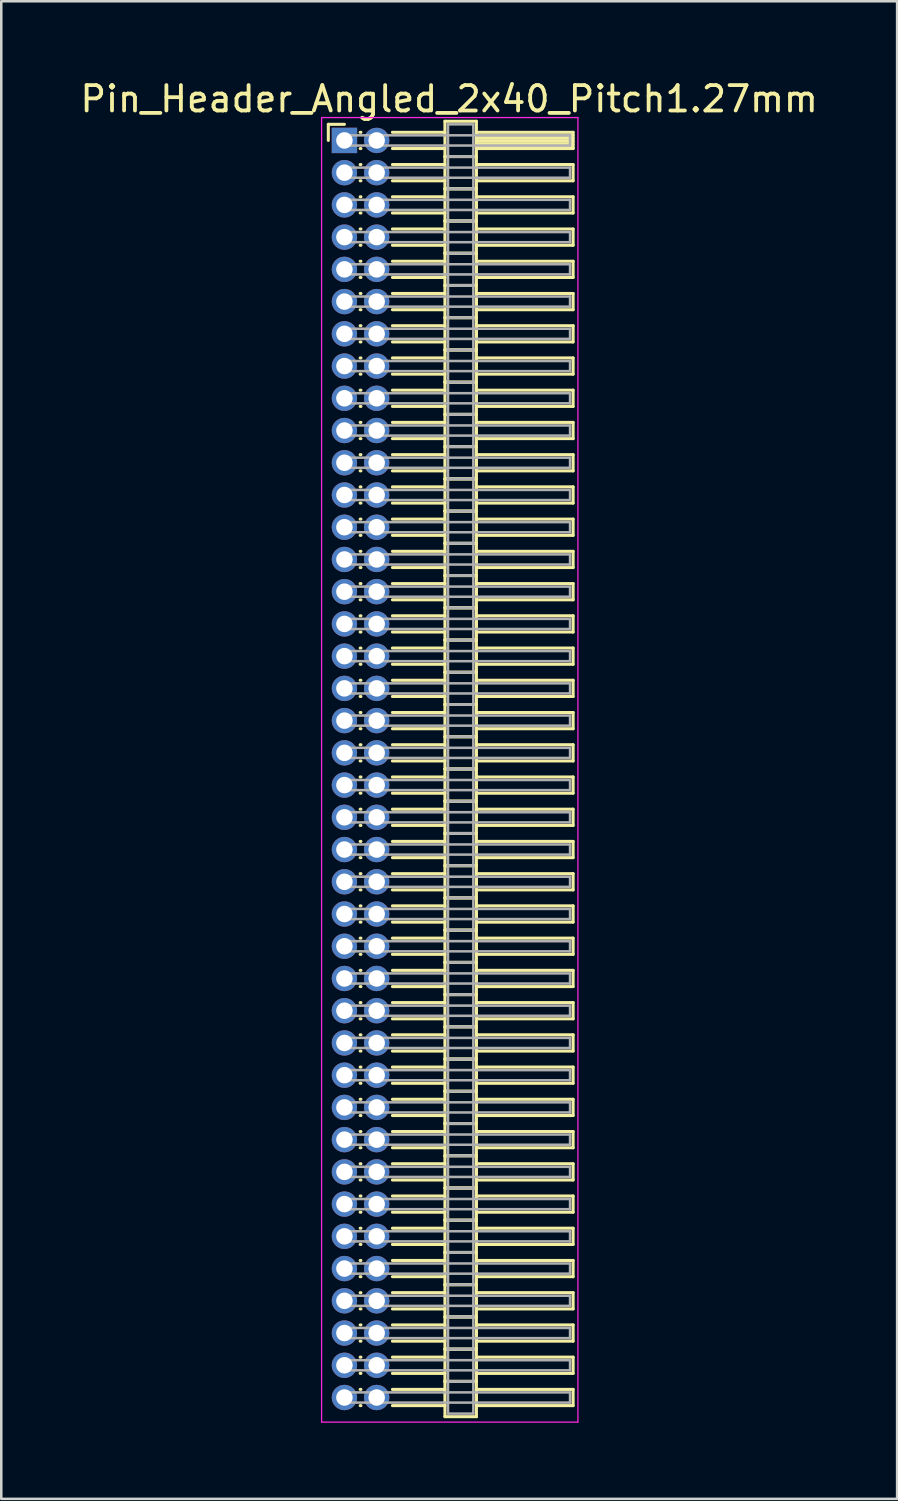
<source format=kicad_pcb>
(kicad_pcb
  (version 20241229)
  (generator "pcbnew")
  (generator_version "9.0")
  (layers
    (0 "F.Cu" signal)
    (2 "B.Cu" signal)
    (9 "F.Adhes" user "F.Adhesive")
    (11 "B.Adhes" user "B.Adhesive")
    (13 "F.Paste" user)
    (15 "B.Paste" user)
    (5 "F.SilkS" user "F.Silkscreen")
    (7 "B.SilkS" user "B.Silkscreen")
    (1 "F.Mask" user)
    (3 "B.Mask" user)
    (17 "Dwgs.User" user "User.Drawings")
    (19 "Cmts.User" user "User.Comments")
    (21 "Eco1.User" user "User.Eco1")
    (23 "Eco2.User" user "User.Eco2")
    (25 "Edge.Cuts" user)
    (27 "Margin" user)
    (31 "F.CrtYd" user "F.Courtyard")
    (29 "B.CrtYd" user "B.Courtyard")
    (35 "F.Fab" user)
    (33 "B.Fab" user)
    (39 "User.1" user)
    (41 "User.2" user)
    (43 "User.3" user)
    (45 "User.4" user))
  (footprint "Pin_Header_Angled_2x40_Pitch1.27mm"
    (layer "F.Cu")
    (at 10.521 2.483)
    (property "Reference" "Pin_Header_Angled_2x40_Pitch1.27mm" (at 4.128 -1.635 0) (layer "F.SilkS") (effects (font (size 1 1) (thickness 0.15))))
    (attr through_hole)
    (fp_line (start -0.635 -0.635) (end 0 -0.635) (stroke (width 0.12) (type solid)) (layer "F.SilkS"))
    (fp_line (start -0.635 0) (end -0.635 -0.635) (stroke (width 0.12) (type solid)) (layer "F.SilkS"))
    (fp_line (start 0.62 -0.32) (end 0.65 -0.32) (stroke (width 0.12) (type solid)) (layer "F.SilkS"))
    (fp_line (start 0.62 0.32) (end 0.65 0.32) (stroke (width 0.12) (type solid)) (layer "F.SilkS"))
    (fp_line (start 0.62 0.95) (end 0.65 0.95) (stroke (width 0.12) (type solid)) (layer "F.SilkS"))
    (fp_line (start 0.62 1.59) (end 0.65 1.59) (stroke (width 0.12) (type solid)) (layer "F.SilkS"))
    (fp_line (start 0.62 2.22) (end 0.65 2.22) (stroke (width 0.12) (type solid)) (layer "F.SilkS"))
    (fp_line (start 0.62 2.86) (end 0.65 2.86) (stroke (width 0.12) (type solid)) (layer "F.SilkS"))
    (fp_line (start 0.62 3.49) (end 0.65 3.49) (stroke (width 0.12) (type solid)) (layer "F.SilkS"))
    (fp_line (start 0.62 4.13) (end 0.65 4.13) (stroke (width 0.12) (type solid)) (layer "F.SilkS"))
    (fp_line (start 0.62 4.76) (end 0.65 4.76) (stroke (width 0.12) (type solid)) (layer "F.SilkS"))
    (fp_line (start 0.62 5.4) (end 0.65 5.4) (stroke (width 0.12) (type solid)) (layer "F.SilkS"))
    (fp_line (start 0.62 6.03) (end 0.65 6.03) (stroke (width 0.12) (type solid)) (layer "F.SilkS"))
    (fp_line (start 0.62 6.67) (end 0.65 6.67) (stroke (width 0.12) (type solid)) (layer "F.SilkS"))
    (fp_line (start 0.62 7.3) (end 0.65 7.3) (stroke (width 0.12) (type solid)) (layer "F.SilkS"))
    (fp_line (start 0.62 7.94) (end 0.65 7.94) (stroke (width 0.12) (type solid)) (layer "F.SilkS"))
    (fp_line (start 0.62 8.57) (end 0.65 8.57) (stroke (width 0.12) (type solid)) (layer "F.SilkS"))
    (fp_line (start 0.62 9.21) (end 0.65 9.21) (stroke (width 0.12) (type solid)) (layer "F.SilkS"))
    (fp_line (start 0.62 9.84) (end 0.65 9.84) (stroke (width 0.12) (type solid)) (layer "F.SilkS"))
    (fp_line (start 0.62 10.48) (end 0.65 10.48) (stroke (width 0.12) (type solid)) (layer "F.SilkS"))
    (fp_line (start 0.62 11.11) (end 0.65 11.11) (stroke (width 0.12) (type solid)) (layer "F.SilkS"))
    (fp_line (start 0.62 11.75) (end 0.65 11.75) (stroke (width 0.12) (type solid)) (layer "F.SilkS"))
    (fp_line (start 0.62 12.38) (end 0.65 12.38) (stroke (width 0.12) (type solid)) (layer "F.SilkS"))
    (fp_line (start 0.62 13.02) (end 0.65 13.02) (stroke (width 0.12) (type solid)) (layer "F.SilkS"))
    (fp_line (start 0.62 13.65) (end 0.65 13.65) (stroke (width 0.12) (type solid)) (layer "F.SilkS"))
    (fp_line (start 0.62 14.29) (end 0.65 14.29) (stroke (width 0.12) (type solid)) (layer "F.SilkS"))
    (fp_line (start 0.62 14.92) (end 0.65 14.92) (stroke (width 0.12) (type solid)) (layer "F.SilkS"))
    (fp_line (start 0.62 15.56) (end 0.65 15.56) (stroke (width 0.12) (type solid)) (layer "F.SilkS"))
    (fp_line (start 0.62 16.19) (end 0.65 16.19) (stroke (width 0.12) (type solid)) (layer "F.SilkS"))
    (fp_line (start 0.62 16.83) (end 0.65 16.83) (stroke (width 0.12) (type solid)) (layer "F.SilkS"))
    (fp_line (start 0.62 17.46) (end 0.65 17.46) (stroke (width 0.12) (type solid)) (layer "F.SilkS"))
    (fp_line (start 0.62 18.1) (end 0.65 18.1) (stroke (width 0.12) (type solid)) (layer "F.SilkS"))
    (fp_line (start 0.62 18.73) (end 0.65 18.73) (stroke (width 0.12) (type solid)) (layer "F.SilkS"))
    (fp_line (start 0.62 19.37) (end 0.65 19.37) (stroke (width 0.12) (type solid)) (layer "F.SilkS"))
    (fp_line (start 0.62 20) (end 0.65 20) (stroke (width 0.12) (type solid)) (layer "F.SilkS"))
    (fp_line (start 0.62 20.64) (end 0.65 20.64) (stroke (width 0.12) (type solid)) (layer "F.SilkS"))
    (fp_line (start 0.62 21.27) (end 0.65 21.27) (stroke (width 0.12) (type solid)) (layer "F.SilkS"))
    (fp_line (start 0.62 21.91) (end 0.65 21.91) (stroke (width 0.12) (type solid)) (layer "F.SilkS"))
    (fp_line (start 0.62 22.54) (end 0.65 22.54) (stroke (width 0.12) (type solid)) (layer "F.SilkS"))
    (fp_line (start 0.62 23.18) (end 0.65 23.18) (stroke (width 0.12) (type solid)) (layer "F.SilkS"))
    (fp_line (start 0.62 23.81) (end 0.65 23.81) (stroke (width 0.12) (type solid)) (layer "F.SilkS"))
    (fp_line (start 0.62 24.45) (end 0.65 24.45) (stroke (width 0.12) (type solid)) (layer "F.SilkS"))
    (fp_line (start 0.62 25.08) (end 0.65 25.08) (stroke (width 0.12) (type solid)) (layer "F.SilkS"))
    (fp_line (start 0.62 25.72) (end 0.65 25.72) (stroke (width 0.12) (type solid)) (layer "F.SilkS"))
    (fp_line (start 0.62 26.35) (end 0.65 26.35) (stroke (width 0.12) (type solid)) (layer "F.SilkS"))
    (fp_line (start 0.62 26.99) (end 0.65 26.99) (stroke (width 0.12) (type solid)) (layer "F.SilkS"))
    (fp_line (start 0.62 27.62) (end 0.65 27.62) (stroke (width 0.12) (type solid)) (layer "F.SilkS"))
    (fp_line (start 0.62 28.26) (end 0.65 28.26) (stroke (width 0.12) (type solid)) (layer "F.SilkS"))
    (fp_line (start 0.62 28.89) (end 0.65 28.89) (stroke (width 0.12) (type solid)) (layer "F.SilkS"))
    (fp_line (start 0.62 29.53) (end 0.65 29.53) (stroke (width 0.12) (type solid)) (layer "F.SilkS"))
    (fp_line (start 0.62 30.16) (end 0.65 30.16) (stroke (width 0.12) (type solid)) (layer "F.SilkS"))
    (fp_line (start 0.62 30.8) (end 0.65 30.8) (stroke (width 0.12) (type solid)) (layer "F.SilkS"))
    (fp_line (start 0.62 31.43) (end 0.65 31.43) (stroke (width 0.12) (type solid)) (layer "F.SilkS"))
    (fp_line (start 0.62 32.07) (end 0.65 32.07) (stroke (width 0.12) (type solid)) (layer "F.SilkS"))
    (fp_line (start 0.62 32.7) (end 0.65 32.7) (stroke (width 0.12) (type solid)) (layer "F.SilkS"))
    (fp_line (start 0.62 33.34) (end 0.65 33.34) (stroke (width 0.12) (type solid)) (layer "F.SilkS"))
    (fp_line (start 0.62 33.97) (end 0.65 33.97) (stroke (width 0.12) (type solid)) (layer "F.SilkS"))
    (fp_line (start 0.62 34.61) (end 0.65 34.61) (stroke (width 0.12) (type solid)) (layer "F.SilkS"))
    (fp_line (start 0.62 35.24) (end 0.65 35.24) (stroke (width 0.12) (type solid)) (layer "F.SilkS"))
    (fp_line (start 0.62 35.88) (end 0.65 35.88) (stroke (width 0.12) (type solid)) (layer "F.SilkS"))
    (fp_line (start 0.62 36.51) (end 0.65 36.51) (stroke (width 0.12) (type solid)) (layer "F.SilkS"))
    (fp_line (start 0.62 37.15) (end 0.65 37.15) (stroke (width 0.12) (type solid)) (layer "F.SilkS"))
    (fp_line (start 0.62 37.78) (end 0.65 37.78) (stroke (width 0.12) (type solid)) (layer "F.SilkS"))
    (fp_line (start 0.62 38.42) (end 0.65 38.42) (stroke (width 0.12) (type solid)) (layer "F.SilkS"))
    (fp_line (start 0.62 39.05) (end 0.65 39.05) (stroke (width 0.12) (type solid)) (layer "F.SilkS"))
    (fp_line (start 0.62 39.69) (end 0.65 39.69) (stroke (width 0.12) (type solid)) (layer "F.SilkS"))
    (fp_line (start 0.62 40.32) (end 0.65 40.32) (stroke (width 0.12) (type solid)) (layer "F.SilkS"))
    (fp_line (start 0.62 40.96) (end 0.65 40.96) (stroke (width 0.12) (type solid)) (layer "F.SilkS"))
    (fp_line (start 0.62 41.59) (end 0.65 41.59) (stroke (width 0.12) (type solid)) (layer "F.SilkS"))
    (fp_line (start 0.62 42.23) (end 0.65 42.23) (stroke (width 0.12) (type solid)) (layer "F.SilkS"))
    (fp_line (start 0.62 42.86) (end 0.65 42.86) (stroke (width 0.12) (type solid)) (layer "F.SilkS"))
    (fp_line (start 0.62 43.5) (end 0.65 43.5) (stroke (width 0.12) (type solid)) (layer "F.SilkS"))
    (fp_line (start 0.62 44.13) (end 0.65 44.13) (stroke (width 0.12) (type solid)) (layer "F.SilkS"))
    (fp_line (start 0.62 44.77) (end 0.65 44.77) (stroke (width 0.12) (type solid)) (layer "F.SilkS"))
    (fp_line (start 0.62 45.4) (end 0.65 45.4) (stroke (width 0.12) (type solid)) (layer "F.SilkS"))
    (fp_line (start 0.62 46.04) (end 0.65 46.04) (stroke (width 0.12) (type solid)) (layer "F.SilkS"))
    (fp_line (start 0.62 46.67) (end 0.65 46.67) (stroke (width 0.12) (type solid)) (layer "F.SilkS"))
    (fp_line (start 0.62 47.31) (end 0.65 47.31) (stroke (width 0.12) (type solid)) (layer "F.SilkS"))
    (fp_line (start 0.62 47.94) (end 0.65 47.94) (stroke (width 0.12) (type solid)) (layer "F.SilkS"))
    (fp_line (start 0.62 48.58) (end 0.65 48.58) (stroke (width 0.12) (type solid)) (layer "F.SilkS"))
    (fp_line (start 0.62 49.21) (end 0.65 49.21) (stroke (width 0.12) (type solid)) (layer "F.SilkS"))
    (fp_line (start 0.62 49.85) (end 0.65 49.85) (stroke (width 0.12) (type solid)) (layer "F.SilkS"))
    (fp_line (start 1.89 -0.32) (end 3.96 -0.32) (stroke (width 0.12) (type solid)) (layer "F.SilkS"))
    (fp_line (start 1.89 0.32) (end 3.96 0.32) (stroke (width 0.12) (type solid)) (layer "F.SilkS"))
    (fp_line (start 1.89 0.95) (end 3.96 0.95) (stroke (width 0.12) (type solid)) (layer "F.SilkS"))
    (fp_line (start 1.89 1.59) (end 3.96 1.59) (stroke (width 0.12) (type solid)) (layer "F.SilkS"))
    (fp_line (start 1.89 2.22) (end 3.96 2.22) (stroke (width 0.12) (type solid)) (layer "F.SilkS"))
    (fp_line (start 1.89 2.86) (end 3.96 2.86) (stroke (width 0.12) (type solid)) (layer "F.SilkS"))
    (fp_line (start 1.89 3.49) (end 3.96 3.49) (stroke (width 0.12) (type solid)) (layer "F.SilkS"))
    (fp_line (start 1.89 4.13) (end 3.96 4.13) (stroke (width 0.12) (type solid)) (layer "F.SilkS"))
    (fp_line (start 1.89 4.76) (end 3.96 4.76) (stroke (width 0.12) (type solid)) (layer "F.SilkS"))
    (fp_line (start 1.89 5.4) (end 3.96 5.4) (stroke (width 0.12) (type solid)) (layer "F.SilkS"))
    (fp_line (start 1.89 6.03) (end 3.96 6.03) (stroke (width 0.12) (type solid)) (layer "F.SilkS"))
    (fp_line (start 1.89 6.67) (end 3.96 6.67) (stroke (width 0.12) (type solid)) (layer "F.SilkS"))
    (fp_line (start 1.89 7.3) (end 3.96 7.3) (stroke (width 0.12) (type solid)) (layer "F.SilkS"))
    (fp_line (start 1.89 7.94) (end 3.96 7.94) (stroke (width 0.12) (type solid)) (layer "F.SilkS"))
    (fp_line (start 1.89 8.57) (end 3.96 8.57) (stroke (width 0.12) (type solid)) (layer "F.SilkS"))
    (fp_line (start 1.89 9.21) (end 3.96 9.21) (stroke (width 0.12) (type solid)) (layer "F.SilkS"))
    (fp_line (start 1.89 9.84) (end 3.96 9.84) (stroke (width 0.12) (type solid)) (layer "F.SilkS"))
    (fp_line (start 1.89 10.48) (end 3.96 10.48) (stroke (width 0.12) (type solid)) (layer "F.SilkS"))
    (fp_line (start 1.89 11.11) (end 3.96 11.11) (stroke (width 0.12) (type solid)) (layer "F.SilkS"))
    (fp_line (start 1.89 11.75) (end 3.96 11.75) (stroke (width 0.12) (type solid)) (layer "F.SilkS"))
    (fp_line (start 1.89 12.38) (end 3.96 12.38) (stroke (width 0.12) (type solid)) (layer "F.SilkS"))
    (fp_line (start 1.89 13.02) (end 3.96 13.02) (stroke (width 0.12) (type solid)) (layer "F.SilkS"))
    (fp_line (start 1.89 13.65) (end 3.96 13.65) (stroke (width 0.12) (type solid)) (layer "F.SilkS"))
    (fp_line (start 1.89 14.29) (end 3.96 14.29) (stroke (width 0.12) (type solid)) (layer "F.SilkS"))
    (fp_line (start 1.89 14.92) (end 3.96 14.92) (stroke (width 0.12) (type solid)) (layer "F.SilkS"))
    (fp_line (start 1.89 15.56) (end 3.96 15.56) (stroke (width 0.12) (type solid)) (layer "F.SilkS"))
    (fp_line (start 1.89 16.19) (end 3.96 16.19) (stroke (width 0.12) (type solid)) (layer "F.SilkS"))
    (fp_line (start 1.89 16.83) (end 3.96 16.83) (stroke (width 0.12) (type solid)) (layer "F.SilkS"))
    (fp_line (start 1.89 17.46) (end 3.96 17.46) (stroke (width 0.12) (type solid)) (layer "F.SilkS"))
    (fp_line (start 1.89 18.1) (end 3.96 18.1) (stroke (width 0.12) (type solid)) (layer "F.SilkS"))
    (fp_line (start 1.89 18.73) (end 3.96 18.73) (stroke (width 0.12) (type solid)) (layer "F.SilkS"))
    (fp_line (start 1.89 19.37) (end 3.96 19.37) (stroke (width 0.12) (type solid)) (layer "F.SilkS"))
    (fp_line (start 1.89 20) (end 3.96 20) (stroke (width 0.12) (type solid)) (layer "F.SilkS"))
    (fp_line (start 1.89 20.64) (end 3.96 20.64) (stroke (width 0.12) (type solid)) (layer "F.SilkS"))
    (fp_line (start 1.89 21.27) (end 3.96 21.27) (stroke (width 0.12) (type solid)) (layer "F.SilkS"))
    (fp_line (start 1.89 21.91) (end 3.96 21.91) (stroke (width 0.12) (type solid)) (layer "F.SilkS"))
    (fp_line (start 1.89 22.54) (end 3.96 22.54) (stroke (width 0.12) (type solid)) (layer "F.SilkS"))
    (fp_line (start 1.89 23.18) (end 3.96 23.18) (stroke (width 0.12) (type solid)) (layer "F.SilkS"))
    (fp_line (start 1.89 23.81) (end 3.96 23.81) (stroke (width 0.12) (type solid)) (layer "F.SilkS"))
    (fp_line (start 1.89 24.45) (end 3.96 24.45) (stroke (width 0.12) (type solid)) (layer "F.SilkS"))
    (fp_line (start 1.89 25.08) (end 3.96 25.08) (stroke (width 0.12) (type solid)) (layer "F.SilkS"))
    (fp_line (start 1.89 25.72) (end 3.96 25.72) (stroke (width 0.12) (type solid)) (layer "F.SilkS"))
    (fp_line (start 1.89 26.35) (end 3.96 26.35) (stroke (width 0.12) (type solid)) (layer "F.SilkS"))
    (fp_line (start 1.89 26.99) (end 3.96 26.99) (stroke (width 0.12) (type solid)) (layer "F.SilkS"))
    (fp_line (start 1.89 27.62) (end 3.96 27.62) (stroke (width 0.12) (type solid)) (layer "F.SilkS"))
    (fp_line (start 1.89 28.26) (end 3.96 28.26) (stroke (width 0.12) (type solid)) (layer "F.SilkS"))
    (fp_line (start 1.89 28.89) (end 3.96 28.89) (stroke (width 0.12) (type solid)) (layer "F.SilkS"))
    (fp_line (start 1.89 29.53) (end 3.96 29.53) (stroke (width 0.12) (type solid)) (layer "F.SilkS"))
    (fp_line (start 1.89 30.16) (end 3.96 30.16) (stroke (width 0.12) (type solid)) (layer "F.SilkS"))
    (fp_line (start 1.89 30.8) (end 3.96 30.8) (stroke (width 0.12) (type solid)) (layer "F.SilkS"))
    (fp_line (start 1.89 31.43) (end 3.96 31.43) (stroke (width 0.12) (type solid)) (layer "F.SilkS"))
    (fp_line (start 1.89 32.07) (end 3.96 32.07) (stroke (width 0.12) (type solid)) (layer "F.SilkS"))
    (fp_line (start 1.89 32.7) (end 3.96 32.7) (stroke (width 0.12) (type solid)) (layer "F.SilkS"))
    (fp_line (start 1.89 33.34) (end 3.96 33.34) (stroke (width 0.12) (type solid)) (layer "F.SilkS"))
    (fp_line (start 1.89 33.97) (end 3.96 33.97) (stroke (width 0.12) (type solid)) (layer "F.SilkS"))
    (fp_line (start 1.89 34.61) (end 3.96 34.61) (stroke (width 0.12) (type solid)) (layer "F.SilkS"))
    (fp_line (start 1.89 35.24) (end 3.96 35.24) (stroke (width 0.12) (type solid)) (layer "F.SilkS"))
    (fp_line (start 1.89 35.88) (end 3.96 35.88) (stroke (width 0.12) (type solid)) (layer "F.SilkS"))
    (fp_line (start 1.89 36.51) (end 3.96 36.51) (stroke (width 0.12) (type solid)) (layer "F.SilkS"))
    (fp_line (start 1.89 37.15) (end 3.96 37.15) (stroke (width 0.12) (type solid)) (layer "F.SilkS"))
    (fp_line (start 1.89 37.78) (end 3.96 37.78) (stroke (width 0.12) (type solid)) (layer "F.SilkS"))
    (fp_line (start 1.89 38.42) (end 3.96 38.42) (stroke (width 0.12) (type solid)) (layer "F.SilkS"))
    (fp_line (start 1.89 39.05) (end 3.96 39.05) (stroke (width 0.12) (type solid)) (layer "F.SilkS"))
    (fp_line (start 1.89 39.69) (end 3.96 39.69) (stroke (width 0.12) (type solid)) (layer "F.SilkS"))
    (fp_line (start 1.89 40.32) (end 3.96 40.32) (stroke (width 0.12) (type solid)) (layer "F.SilkS"))
    (fp_line (start 1.89 40.96) (end 3.96 40.96) (stroke (width 0.12) (type solid)) (layer "F.SilkS"))
    (fp_line (start 1.89 41.59) (end 3.96 41.59) (stroke (width 0.12) (type solid)) (layer "F.SilkS"))
    (fp_line (start 1.89 42.23) (end 3.96 42.23) (stroke (width 0.12) (type solid)) (layer "F.SilkS"))
    (fp_line (start 1.89 42.86) (end 3.96 42.86) (stroke (width 0.12) (type solid)) (layer "F.SilkS"))
    (fp_line (start 1.89 43.5) (end 3.96 43.5) (stroke (width 0.12) (type solid)) (layer "F.SilkS"))
    (fp_line (start 1.89 44.13) (end 3.96 44.13) (stroke (width 0.12) (type solid)) (layer "F.SilkS"))
    (fp_line (start 1.89 44.77) (end 3.96 44.77) (stroke (width 0.12) (type solid)) (layer "F.SilkS"))
    (fp_line (start 1.89 45.4) (end 3.96 45.4) (stroke (width 0.12) (type solid)) (layer "F.SilkS"))
    (fp_line (start 1.89 46.04) (end 3.96 46.04) (stroke (width 0.12) (type solid)) (layer "F.SilkS"))
    (fp_line (start 1.89 46.67) (end 3.96 46.67) (stroke (width 0.12) (type solid)) (layer "F.SilkS"))
    (fp_line (start 1.89 47.31) (end 3.96 47.31) (stroke (width 0.12) (type solid)) (layer "F.SilkS"))
    (fp_line (start 1.89 47.94) (end 3.96 47.94) (stroke (width 0.12) (type solid)) (layer "F.SilkS"))
    (fp_line (start 1.89 48.58) (end 3.96 48.58) (stroke (width 0.12) (type solid)) (layer "F.SilkS"))
    (fp_line (start 1.89 49.21) (end 3.96 49.21) (stroke (width 0.12) (type solid)) (layer "F.SilkS"))
    (fp_line (start 1.89 49.85) (end 3.96 49.85) (stroke (width 0.12) (type solid)) (layer "F.SilkS"))
    (fp_line (start 3.96 -0.755) (end 3.96 0.635) (stroke (width 0.12) (type solid)) (layer "F.SilkS"))
    (fp_line (start 3.96 0.635) (end 3.96 1.905) (stroke (width 0.12) (type solid)) (layer "F.SilkS"))
    (fp_line (start 3.96 0.635) (end 5.2 0.635) (stroke (width 0.12) (type solid)) (layer "F.SilkS"))
    (fp_line (start 3.96 1.905) (end 3.96 3.175) (stroke (width 0.12) (type solid)) (layer "F.SilkS"))
    (fp_line (start 3.96 1.905) (end 5.2 1.905) (stroke (width 0.12) (type solid)) (layer "F.SilkS"))
    (fp_line (start 3.96 3.175) (end 3.96 4.445) (stroke (width 0.12) (type solid)) (layer "F.SilkS"))
    (fp_line (start 3.96 3.175) (end 5.2 3.175) (stroke (width 0.12) (type solid)) (layer "F.SilkS"))
    (fp_line (start 3.96 4.445) (end 3.96 5.715) (stroke (width 0.12) (type solid)) (layer "F.SilkS"))
    (fp_line (start 3.96 4.445) (end 5.2 4.445) (stroke (width 0.12) (type solid)) (layer "F.SilkS"))
    (fp_line (start 3.96 5.715) (end 3.96 6.985) (stroke (width 0.12) (type solid)) (layer "F.SilkS"))
    (fp_line (start 3.96 5.715) (end 5.2 5.715) (stroke (width 0.12) (type solid)) (layer "F.SilkS"))
    (fp_line (start 3.96 6.985) (end 3.96 8.255) (stroke (width 0.12) (type solid)) (layer "F.SilkS"))
    (fp_line (start 3.96 6.985) (end 5.2 6.985) (stroke (width 0.12) (type solid)) (layer "F.SilkS"))
    (fp_line (start 3.96 8.255) (end 3.96 9.525) (stroke (width 0.12) (type solid)) (layer "F.SilkS"))
    (fp_line (start 3.96 8.255) (end 5.2 8.255) (stroke (width 0.12) (type solid)) (layer "F.SilkS"))
    (fp_line (start 3.96 9.525) (end 3.96 10.795) (stroke (width 0.12) (type solid)) (layer "F.SilkS"))
    (fp_line (start 3.96 9.525) (end 5.2 9.525) (stroke (width 0.12) (type solid)) (layer "F.SilkS"))
    (fp_line (start 3.96 10.795) (end 3.96 12.065) (stroke (width 0.12) (type solid)) (layer "F.SilkS"))
    (fp_line (start 3.96 10.795) (end 5.2 10.795) (stroke (width 0.12) (type solid)) (layer "F.SilkS"))
    (fp_line (start 3.96 12.065) (end 3.96 13.335) (stroke (width 0.12) (type solid)) (layer "F.SilkS"))
    (fp_line (start 3.96 12.065) (end 5.2 12.065) (stroke (width 0.12) (type solid)) (layer "F.SilkS"))
    (fp_line (start 3.96 13.335) (end 3.96 14.605) (stroke (width 0.12) (type solid)) (layer "F.SilkS"))
    (fp_line (start 3.96 13.335) (end 5.2 13.335) (stroke (width 0.12) (type solid)) (layer "F.SilkS"))
    (fp_line (start 3.96 14.605) (end 3.96 15.875) (stroke (width 0.12) (type solid)) (layer "F.SilkS"))
    (fp_line (start 3.96 14.605) (end 5.2 14.605) (stroke (width 0.12) (type solid)) (layer "F.SilkS"))
    (fp_line (start 3.96 15.875) (end 3.96 17.145) (stroke (width 0.12) (type solid)) (layer "F.SilkS"))
    (fp_line (start 3.96 15.875) (end 5.2 15.875) (stroke (width 0.12) (type solid)) (layer "F.SilkS"))
    (fp_line (start 3.96 17.145) (end 3.96 18.415) (stroke (width 0.12) (type solid)) (layer "F.SilkS"))
    (fp_line (start 3.96 17.145) (end 5.2 17.145) (stroke (width 0.12) (type solid)) (layer "F.SilkS"))
    (fp_line (start 3.96 18.415) (end 3.96 19.685) (stroke (width 0.12) (type solid)) (layer "F.SilkS"))
    (fp_line (start 3.96 18.415) (end 5.2 18.415) (stroke (width 0.12) (type solid)) (layer "F.SilkS"))
    (fp_line (start 3.96 19.685) (end 3.96 20.955) (stroke (width 0.12) (type solid)) (layer "F.SilkS"))
    (fp_line (start 3.96 19.685) (end 5.2 19.685) (stroke (width 0.12) (type solid)) (layer "F.SilkS"))
    (fp_line (start 3.96 20.955) (end 3.96 22.225) (stroke (width 0.12) (type solid)) (layer "F.SilkS"))
    (fp_line (start 3.96 20.955) (end 5.2 20.955) (stroke (width 0.12) (type solid)) (layer "F.SilkS"))
    (fp_line (start 3.96 22.225) (end 3.96 23.495) (stroke (width 0.12) (type solid)) (layer "F.SilkS"))
    (fp_line (start 3.96 22.225) (end 5.2 22.225) (stroke (width 0.12) (type solid)) (layer "F.SilkS"))
    (fp_line (start 3.96 23.495) (end 3.96 24.765) (stroke (width 0.12) (type solid)) (layer "F.SilkS"))
    (fp_line (start 3.96 23.495) (end 5.2 23.495) (stroke (width 0.12) (type solid)) (layer "F.SilkS"))
    (fp_line (start 3.96 24.765) (end 3.96 26.035) (stroke (width 0.12) (type solid)) (layer "F.SilkS"))
    (fp_line (start 3.96 24.765) (end 5.2 24.765) (stroke (width 0.12) (type solid)) (layer "F.SilkS"))
    (fp_line (start 3.96 26.035) (end 3.96 27.305) (stroke (width 0.12) (type solid)) (layer "F.SilkS"))
    (fp_line (start 3.96 26.035) (end 5.2 26.035) (stroke (width 0.12) (type solid)) (layer "F.SilkS"))
    (fp_line (start 3.96 27.305) (end 3.96 28.575) (stroke (width 0.12) (type solid)) (layer "F.SilkS"))
    (fp_line (start 3.96 27.305) (end 5.2 27.305) (stroke (width 0.12) (type solid)) (layer "F.SilkS"))
    (fp_line (start 3.96 28.575) (end 3.96 29.845) (stroke (width 0.12) (type solid)) (layer "F.SilkS"))
    (fp_line (start 3.96 28.575) (end 5.2 28.575) (stroke (width 0.12) (type solid)) (layer "F.SilkS"))
    (fp_line (start 3.96 29.845) (end 3.96 31.115) (stroke (width 0.12) (type solid)) (layer "F.SilkS"))
    (fp_line (start 3.96 29.845) (end 5.2 29.845) (stroke (width 0.12) (type solid)) (layer "F.SilkS"))
    (fp_line (start 3.96 31.115) (end 3.96 32.385) (stroke (width 0.12) (type solid)) (layer "F.SilkS"))
    (fp_line (start 3.96 31.115) (end 5.2 31.115) (stroke (width 0.12) (type solid)) (layer "F.SilkS"))
    (fp_line (start 3.96 32.385) (end 3.96 33.655) (stroke (width 0.12) (type solid)) (layer "F.SilkS"))
    (fp_line (start 3.96 32.385) (end 5.2 32.385) (stroke (width 0.12) (type solid)) (layer "F.SilkS"))
    (fp_line (start 3.96 33.655) (end 3.96 34.925) (stroke (width 0.12) (type solid)) (layer "F.SilkS"))
    (fp_line (start 3.96 33.655) (end 5.2 33.655) (stroke (width 0.12) (type solid)) (layer "F.SilkS"))
    (fp_line (start 3.96 34.925) (end 3.96 36.195) (stroke (width 0.12) (type solid)) (layer "F.SilkS"))
    (fp_line (start 3.96 34.925) (end 5.2 34.925) (stroke (width 0.12) (type solid)) (layer "F.SilkS"))
    (fp_line (start 3.96 36.195) (end 3.96 37.465) (stroke (width 0.12) (type solid)) (layer "F.SilkS"))
    (fp_line (start 3.96 36.195) (end 5.2 36.195) (stroke (width 0.12) (type solid)) (layer "F.SilkS"))
    (fp_line (start 3.96 37.465) (end 3.96 38.735) (stroke (width 0.12) (type solid)) (layer "F.SilkS"))
    (fp_line (start 3.96 37.465) (end 5.2 37.465) (stroke (width 0.12) (type solid)) (layer "F.SilkS"))
    (fp_line (start 3.96 38.735) (end 3.96 40.005) (stroke (width 0.12) (type solid)) (layer "F.SilkS"))
    (fp_line (start 3.96 38.735) (end 5.2 38.735) (stroke (width 0.12) (type solid)) (layer "F.SilkS"))
    (fp_line (start 3.96 40.005) (end 3.96 41.275) (stroke (width 0.12) (type solid)) (layer "F.SilkS"))
    (fp_line (start 3.96 40.005) (end 5.2 40.005) (stroke (width 0.12) (type solid)) (layer "F.SilkS"))
    (fp_line (start 3.96 41.275) (end 3.96 42.545) (stroke (width 0.12) (type solid)) (layer "F.SilkS"))
    (fp_line (start 3.96 41.275) (end 5.2 41.275) (stroke (width 0.12) (type solid)) (layer "F.SilkS"))
    (fp_line (start 3.96 42.545) (end 3.96 43.815) (stroke (width 0.12) (type solid)) (layer "F.SilkS"))
    (fp_line (start 3.96 42.545) (end 5.2 42.545) (stroke (width 0.12) (type solid)) (layer "F.SilkS"))
    (fp_line (start 3.96 43.815) (end 3.96 45.085) (stroke (width 0.12) (type solid)) (layer "F.SilkS"))
    (fp_line (start 3.96 43.815) (end 5.2 43.815) (stroke (width 0.12) (type solid)) (layer "F.SilkS"))
    (fp_line (start 3.96 45.085) (end 3.96 46.355) (stroke (width 0.12) (type solid)) (layer "F.SilkS"))
    (fp_line (start 3.96 45.085) (end 5.2 45.085) (stroke (width 0.12) (type solid)) (layer "F.SilkS"))
    (fp_line (start 3.96 46.355) (end 3.96 47.625) (stroke (width 0.12) (type solid)) (layer "F.SilkS"))
    (fp_line (start 3.96 46.355) (end 5.2 46.355) (stroke (width 0.12) (type solid)) (layer "F.SilkS"))
    (fp_line (start 3.96 47.625) (end 3.96 48.895) (stroke (width 0.12) (type solid)) (layer "F.SilkS"))
    (fp_line (start 3.96 47.625) (end 5.2 47.625) (stroke (width 0.12) (type solid)) (layer "F.SilkS"))
    (fp_line (start 3.96 48.895) (end 3.96 50.285) (stroke (width 0.12) (type solid)) (layer "F.SilkS"))
    (fp_line (start 3.96 48.895) (end 5.2 48.895) (stroke (width 0.12) (type solid)) (layer "F.SilkS"))
    (fp_line (start 3.96 50.285) (end 5.2 50.285) (stroke (width 0.12) (type solid)) (layer "F.SilkS"))
    (fp_line (start 5.2 -0.755) (end 3.96 -0.755) (stroke (width 0.12) (type solid)) (layer "F.SilkS"))
    (fp_line (start 5.2 -0.32) (end 5.2 0.32) (stroke (width 0.12) (type solid)) (layer "F.SilkS"))
    (fp_line (start 5.2 -0.2) (end 9.01 -0.2) (stroke (width 0.12) (type solid)) (layer "F.SilkS"))
    (fp_line (start 5.2 -0.08) (end 9.01 -0.08) (stroke (width 0.12) (type solid)) (layer "F.SilkS"))
    (fp_line (start 5.2 0.04) (end 9.01 0.04) (stroke (width 0.12) (type solid)) (layer "F.SilkS"))
    (fp_line (start 5.2 0.16) (end 9.01 0.16) (stroke (width 0.12) (type solid)) (layer "F.SilkS"))
    (fp_line (start 5.2 0.28) (end 9.01 0.28) (stroke (width 0.12) (type solid)) (layer "F.SilkS"))
    (fp_line (start 5.2 0.32) (end 9.01 0.32) (stroke (width 0.12) (type solid)) (layer "F.SilkS"))
    (fp_line (start 5.2 0.635) (end 3.96 0.635) (stroke (width 0.12) (type solid)) (layer "F.SilkS"))
    (fp_line (start 5.2 0.635) (end 5.2 -0.755) (stroke (width 0.12) (type solid)) (layer "F.SilkS"))
    (fp_line (start 5.2 0.95) (end 5.2 1.59) (stroke (width 0.12) (type solid)) (layer "F.SilkS"))
    (fp_line (start 5.2 1.59) (end 9.01 1.59) (stroke (width 0.12) (type solid)) (layer "F.SilkS"))
    (fp_line (start 5.2 1.905) (end 3.96 1.905) (stroke (width 0.12) (type solid)) (layer "F.SilkS"))
    (fp_line (start 5.2 1.905) (end 5.2 0.635) (stroke (width 0.12) (type solid)) (layer "F.SilkS"))
    (fp_line (start 5.2 2.22) (end 5.2 2.86) (stroke (width 0.12) (type solid)) (layer "F.SilkS"))
    (fp_line (start 5.2 2.86) (end 9.01 2.86) (stroke (width 0.12) (type solid)) (layer "F.SilkS"))
    (fp_line (start 5.2 3.175) (end 3.96 3.175) (stroke (width 0.12) (type solid)) (layer "F.SilkS"))
    (fp_line (start 5.2 3.175) (end 5.2 1.905) (stroke (width 0.12) (type solid)) (layer "F.SilkS"))
    (fp_line (start 5.2 3.49) (end 5.2 4.13) (stroke (width 0.12) (type solid)) (layer "F.SilkS"))
    (fp_line (start 5.2 4.13) (end 9.01 4.13) (stroke (width 0.12) (type solid)) (layer "F.SilkS"))
    (fp_line (start 5.2 4.445) (end 3.96 4.445) (stroke (width 0.12) (type solid)) (layer "F.SilkS"))
    (fp_line (start 5.2 4.445) (end 5.2 3.175) (stroke (width 0.12) (type solid)) (layer "F.SilkS"))
    (fp_line (start 5.2 4.76) (end 5.2 5.4) (stroke (width 0.12) (type solid)) (layer "F.SilkS"))
    (fp_line (start 5.2 5.4) (end 9.01 5.4) (stroke (width 0.12) (type solid)) (layer "F.SilkS"))
    (fp_line (start 5.2 5.715) (end 3.96 5.715) (stroke (width 0.12) (type solid)) (layer "F.SilkS"))
    (fp_line (start 5.2 5.715) (end 5.2 4.445) (stroke (width 0.12) (type solid)) (layer "F.SilkS"))
    (fp_line (start 5.2 6.03) (end 5.2 6.67) (stroke (width 0.12) (type solid)) (layer "F.SilkS"))
    (fp_line (start 5.2 6.67) (end 9.01 6.67) (stroke (width 0.12) (type solid)) (layer "F.SilkS"))
    (fp_line (start 5.2 6.985) (end 3.96 6.985) (stroke (width 0.12) (type solid)) (layer "F.SilkS"))
    (fp_line (start 5.2 6.985) (end 5.2 5.715) (stroke (width 0.12) (type solid)) (layer "F.SilkS"))
    (fp_line (start 5.2 7.3) (end 5.2 7.94) (stroke (width 0.12) (type solid)) (layer "F.SilkS"))
    (fp_line (start 5.2 7.94) (end 9.01 7.94) (stroke (width 0.12) (type solid)) (layer "F.SilkS"))
    (fp_line (start 5.2 8.255) (end 3.96 8.255) (stroke (width 0.12) (type solid)) (layer "F.SilkS"))
    (fp_line (start 5.2 8.255) (end 5.2 6.985) (stroke (width 0.12) (type solid)) (layer "F.SilkS"))
    (fp_line (start 5.2 8.57) (end 5.2 9.21) (stroke (width 0.12) (type solid)) (layer "F.SilkS"))
    (fp_line (start 5.2 9.21) (end 9.01 9.21) (stroke (width 0.12) (type solid)) (layer "F.SilkS"))
    (fp_line (start 5.2 9.525) (end 3.96 9.525) (stroke (width 0.12) (type solid)) (layer "F.SilkS"))
    (fp_line (start 5.2 9.525) (end 5.2 8.255) (stroke (width 0.12) (type solid)) (layer "F.SilkS"))
    (fp_line (start 5.2 9.84) (end 5.2 10.48) (stroke (width 0.12) (type solid)) (layer "F.SilkS"))
    (fp_line (start 5.2 10.48) (end 9.01 10.48) (stroke (width 0.12) (type solid)) (layer "F.SilkS"))
    (fp_line (start 5.2 10.795) (end 3.96 10.795) (stroke (width 0.12) (type solid)) (layer "F.SilkS"))
    (fp_line (start 5.2 10.795) (end 5.2 9.525) (stroke (width 0.12) (type solid)) (layer "F.SilkS"))
    (fp_line (start 5.2 11.11) (end 5.2 11.75) (stroke (width 0.12) (type solid)) (layer "F.SilkS"))
    (fp_line (start 5.2 11.75) (end 9.01 11.75) (stroke (width 0.12) (type solid)) (layer "F.SilkS"))
    (fp_line (start 5.2 12.065) (end 3.96 12.065) (stroke (width 0.12) (type solid)) (layer "F.SilkS"))
    (fp_line (start 5.2 12.065) (end 5.2 10.795) (stroke (width 0.12) (type solid)) (layer "F.SilkS"))
    (fp_line (start 5.2 12.38) (end 5.2 13.02) (stroke (width 0.12) (type solid)) (layer "F.SilkS"))
    (fp_line (start 5.2 13.02) (end 9.01 13.02) (stroke (width 0.12) (type solid)) (layer "F.SilkS"))
    (fp_line (start 5.2 13.335) (end 3.96 13.335) (stroke (width 0.12) (type solid)) (layer "F.SilkS"))
    (fp_line (start 5.2 13.335) (end 5.2 12.065) (stroke (width 0.12) (type solid)) (layer "F.SilkS"))
    (fp_line (start 5.2 13.65) (end 5.2 14.29) (stroke (width 0.12) (type solid)) (layer "F.SilkS"))
    (fp_line (start 5.2 14.29) (end 9.01 14.29) (stroke (width 0.12) (type solid)) (layer "F.SilkS"))
    (fp_line (start 5.2 14.605) (end 3.96 14.605) (stroke (width 0.12) (type solid)) (layer "F.SilkS"))
    (fp_line (start 5.2 14.605) (end 5.2 13.335) (stroke (width 0.12) (type solid)) (layer "F.SilkS"))
    (fp_line (start 5.2 14.92) (end 5.2 15.56) (stroke (width 0.12) (type solid)) (layer "F.SilkS"))
    (fp_line (start 5.2 15.56) (end 9.01 15.56) (stroke (width 0.12) (type solid)) (layer "F.SilkS"))
    (fp_line (start 5.2 15.875) (end 3.96 15.875) (stroke (width 0.12) (type solid)) (layer "F.SilkS"))
    (fp_line (start 5.2 15.875) (end 5.2 14.605) (stroke (width 0.12) (type solid)) (layer "F.SilkS"))
    (fp_line (start 5.2 16.19) (end 5.2 16.83) (stroke (width 0.12) (type solid)) (layer "F.SilkS"))
    (fp_line (start 5.2 16.83) (end 9.01 16.83) (stroke (width 0.12) (type solid)) (layer "F.SilkS"))
    (fp_line (start 5.2 17.145) (end 3.96 17.145) (stroke (width 0.12) (type solid)) (layer "F.SilkS"))
    (fp_line (start 5.2 17.145) (end 5.2 15.875) (stroke (width 0.12) (type solid)) (layer "F.SilkS"))
    (fp_line (start 5.2 17.46) (end 5.2 18.1) (stroke (width 0.12) (type solid)) (layer "F.SilkS"))
    (fp_line (start 5.2 18.1) (end 9.01 18.1) (stroke (width 0.12) (type solid)) (layer "F.SilkS"))
    (fp_line (start 5.2 18.415) (end 3.96 18.415) (stroke (width 0.12) (type solid)) (layer "F.SilkS"))
    (fp_line (start 5.2 18.415) (end 5.2 17.145) (stroke (width 0.12) (type solid)) (layer "F.SilkS"))
    (fp_line (start 5.2 18.73) (end 5.2 19.37) (stroke (width 0.12) (type solid)) (layer "F.SilkS"))
    (fp_line (start 5.2 19.37) (end 9.01 19.37) (stroke (width 0.12) (type solid)) (layer "F.SilkS"))
    (fp_line (start 5.2 19.685) (end 3.96 19.685) (stroke (width 0.12) (type solid)) (layer "F.SilkS"))
    (fp_line (start 5.2 19.685) (end 5.2 18.415) (stroke (width 0.12) (type solid)) (layer "F.SilkS"))
    (fp_line (start 5.2 20) (end 5.2 20.64) (stroke (width 0.12) (type solid)) (layer "F.SilkS"))
    (fp_line (start 5.2 20.64) (end 9.01 20.64) (stroke (width 0.12) (type solid)) (layer "F.SilkS"))
    (fp_line (start 5.2 20.955) (end 3.96 20.955) (stroke (width 0.12) (type solid)) (layer "F.SilkS"))
    (fp_line (start 5.2 20.955) (end 5.2 19.685) (stroke (width 0.12) (type solid)) (layer "F.SilkS"))
    (fp_line (start 5.2 21.27) (end 5.2 21.91) (stroke (width 0.12) (type solid)) (layer "F.SilkS"))
    (fp_line (start 5.2 21.91) (end 9.01 21.91) (stroke (width 0.12) (type solid)) (layer "F.SilkS"))
    (fp_line (start 5.2 22.225) (end 3.96 22.225) (stroke (width 0.12) (type solid)) (layer "F.SilkS"))
    (fp_line (start 5.2 22.225) (end 5.2 20.955) (stroke (width 0.12) (type solid)) (layer "F.SilkS"))
    (fp_line (start 5.2 22.54) (end 5.2 23.18) (stroke (width 0.12) (type solid)) (layer "F.SilkS"))
    (fp_line (start 5.2 23.18) (end 9.01 23.18) (stroke (width 0.12) (type solid)) (layer "F.SilkS"))
    (fp_line (start 5.2 23.495) (end 3.96 23.495) (stroke (width 0.12) (type solid)) (layer "F.SilkS"))
    (fp_line (start 5.2 23.495) (end 5.2 22.225) (stroke (width 0.12) (type solid)) (layer "F.SilkS"))
    (fp_line (start 5.2 23.81) (end 5.2 24.45) (stroke (width 0.12) (type solid)) (layer "F.SilkS"))
    (fp_line (start 5.2 24.45) (end 9.01 24.45) (stroke (width 0.12) (type solid)) (layer "F.SilkS"))
    (fp_line (start 5.2 24.765) (end 3.96 24.765) (stroke (width 0.12) (type solid)) (layer "F.SilkS"))
    (fp_line (start 5.2 24.765) (end 5.2 23.495) (stroke (width 0.12) (type solid)) (layer "F.SilkS"))
    (fp_line (start 5.2 25.08) (end 5.2 25.72) (stroke (width 0.12) (type solid)) (layer "F.SilkS"))
    (fp_line (start 5.2 25.72) (end 9.01 25.72) (stroke (width 0.12) (type solid)) (layer "F.SilkS"))
    (fp_line (start 5.2 26.035) (end 3.96 26.035) (stroke (width 0.12) (type solid)) (layer "F.SilkS"))
    (fp_line (start 5.2 26.035) (end 5.2 24.765) (stroke (width 0.12) (type solid)) (layer "F.SilkS"))
    (fp_line (start 5.2 26.35) (end 5.2 26.99) (stroke (width 0.12) (type solid)) (layer "F.SilkS"))
    (fp_line (start 5.2 26.99) (end 9.01 26.99) (stroke (width 0.12) (type solid)) (layer "F.SilkS"))
    (fp_line (start 5.2 27.305) (end 3.96 27.305) (stroke (width 0.12) (type solid)) (layer "F.SilkS"))
    (fp_line (start 5.2 27.305) (end 5.2 26.035) (stroke (width 0.12) (type solid)) (layer "F.SilkS"))
    (fp_line (start 5.2 27.62) (end 5.2 28.26) (stroke (width 0.12) (type solid)) (layer "F.SilkS"))
    (fp_line (start 5.2 28.26) (end 9.01 28.26) (stroke (width 0.12) (type solid)) (layer "F.SilkS"))
    (fp_line (start 5.2 28.575) (end 3.96 28.575) (stroke (width 0.12) (type solid)) (layer "F.SilkS"))
    (fp_line (start 5.2 28.575) (end 5.2 27.305) (stroke (width 0.12) (type solid)) (layer "F.SilkS"))
    (fp_line (start 5.2 28.89) (end 5.2 29.53) (stroke (width 0.12) (type solid)) (layer "F.SilkS"))
    (fp_line (start 5.2 29.53) (end 9.01 29.53) (stroke (width 0.12) (type solid)) (layer "F.SilkS"))
    (fp_line (start 5.2 29.845) (end 3.96 29.845) (stroke (width 0.12) (type solid)) (layer "F.SilkS"))
    (fp_line (start 5.2 29.845) (end 5.2 28.575) (stroke (width 0.12) (type solid)) (layer "F.SilkS"))
    (fp_line (start 5.2 30.16) (end 5.2 30.8) (stroke (width 0.12) (type solid)) (layer "F.SilkS"))
    (fp_line (start 5.2 30.8) (end 9.01 30.8) (stroke (width 0.12) (type solid)) (layer "F.SilkS"))
    (fp_line (start 5.2 31.115) (end 3.96 31.115) (stroke (width 0.12) (type solid)) (layer "F.SilkS"))
    (fp_line (start 5.2 31.115) (end 5.2 29.845) (stroke (width 0.12) (type solid)) (layer "F.SilkS"))
    (fp_line (start 5.2 31.43) (end 5.2 32.07) (stroke (width 0.12) (type solid)) (layer "F.SilkS"))
    (fp_line (start 5.2 32.07) (end 9.01 32.07) (stroke (width 0.12) (type solid)) (layer "F.SilkS"))
    (fp_line (start 5.2 32.385) (end 3.96 32.385) (stroke (width 0.12) (type solid)) (layer "F.SilkS"))
    (fp_line (start 5.2 32.385) (end 5.2 31.115) (stroke (width 0.12) (type solid)) (layer "F.SilkS"))
    (fp_line (start 5.2 32.7) (end 5.2 33.34) (stroke (width 0.12) (type solid)) (layer "F.SilkS"))
    (fp_line (start 5.2 33.34) (end 9.01 33.34) (stroke (width 0.12) (type solid)) (layer "F.SilkS"))
    (fp_line (start 5.2 33.655) (end 3.96 33.655) (stroke (width 0.12) (type solid)) (layer "F.SilkS"))
    (fp_line (start 5.2 33.655) (end 5.2 32.385) (stroke (width 0.12) (type solid)) (layer "F.SilkS"))
    (fp_line (start 5.2 33.97) (end 5.2 34.61) (stroke (width 0.12) (type solid)) (layer "F.SilkS"))
    (fp_line (start 5.2 34.61) (end 9.01 34.61) (stroke (width 0.12) (type solid)) (layer "F.SilkS"))
    (fp_line (start 5.2 34.925) (end 3.96 34.925) (stroke (width 0.12) (type solid)) (layer "F.SilkS"))
    (fp_line (start 5.2 34.925) (end 5.2 33.655) (stroke (width 0.12) (type solid)) (layer "F.SilkS"))
    (fp_line (start 5.2 35.24) (end 5.2 35.88) (stroke (width 0.12) (type solid)) (layer "F.SilkS"))
    (fp_line (start 5.2 35.88) (end 9.01 35.88) (stroke (width 0.12) (type solid)) (layer "F.SilkS"))
    (fp_line (start 5.2 36.195) (end 3.96 36.195) (stroke (width 0.12) (type solid)) (layer "F.SilkS"))
    (fp_line (start 5.2 36.195) (end 5.2 34.925) (stroke (width 0.12) (type solid)) (layer "F.SilkS"))
    (fp_line (start 5.2 36.51) (end 5.2 37.15) (stroke (width 0.12) (type solid)) (layer "F.SilkS"))
    (fp_line (start 5.2 37.15) (end 9.01 37.15) (stroke (width 0.12) (type solid)) (layer "F.SilkS"))
    (fp_line (start 5.2 37.465) (end 3.96 37.465) (stroke (width 0.12) (type solid)) (layer "F.SilkS"))
    (fp_line (start 5.2 37.465) (end 5.2 36.195) (stroke (width 0.12) (type solid)) (layer "F.SilkS"))
    (fp_line (start 5.2 37.78) (end 5.2 38.42) (stroke (width 0.12) (type solid)) (layer "F.SilkS"))
    (fp_line (start 5.2 38.42) (end 9.01 38.42) (stroke (width 0.12) (type solid)) (layer "F.SilkS"))
    (fp_line (start 5.2 38.735) (end 3.96 38.735) (stroke (width 0.12) (type solid)) (layer "F.SilkS"))
    (fp_line (start 5.2 38.735) (end 5.2 37.465) (stroke (width 0.12) (type solid)) (layer "F.SilkS"))
    (fp_line (start 5.2 39.05) (end 5.2 39.69) (stroke (width 0.12) (type solid)) (layer "F.SilkS"))
    (fp_line (start 5.2 39.69) (end 9.01 39.69) (stroke (width 0.12) (type solid)) (layer "F.SilkS"))
    (fp_line (start 5.2 40.005) (end 3.96 40.005) (stroke (width 0.12) (type solid)) (layer "F.SilkS"))
    (fp_line (start 5.2 40.005) (end 5.2 38.735) (stroke (width 0.12) (type solid)) (layer "F.SilkS"))
    (fp_line (start 5.2 40.32) (end 5.2 40.96) (stroke (width 0.12) (type solid)) (layer "F.SilkS"))
    (fp_line (start 5.2 40.96) (end 9.01 40.96) (stroke (width 0.12) (type solid)) (layer "F.SilkS"))
    (fp_line (start 5.2 41.275) (end 3.96 41.275) (stroke (width 0.12) (type solid)) (layer "F.SilkS"))
    (fp_line (start 5.2 41.275) (end 5.2 40.005) (stroke (width 0.12) (type solid)) (layer "F.SilkS"))
    (fp_line (start 5.2 41.59) (end 5.2 42.23) (stroke (width 0.12) (type solid)) (layer "F.SilkS"))
    (fp_line (start 5.2 42.23) (end 9.01 42.23) (stroke (width 0.12) (type solid)) (layer "F.SilkS"))
    (fp_line (start 5.2 42.545) (end 3.96 42.545) (stroke (width 0.12) (type solid)) (layer "F.SilkS"))
    (fp_line (start 5.2 42.545) (end 5.2 41.275) (stroke (width 0.12) (type solid)) (layer "F.SilkS"))
    (fp_line (start 5.2 42.86) (end 5.2 43.5) (stroke (width 0.12) (type solid)) (layer "F.SilkS"))
    (fp_line (start 5.2 43.5) (end 9.01 43.5) (stroke (width 0.12) (type solid)) (layer "F.SilkS"))
    (fp_line (start 5.2 43.815) (end 3.96 43.815) (stroke (width 0.12) (type solid)) (layer "F.SilkS"))
    (fp_line (start 5.2 43.815) (end 5.2 42.545) (stroke (width 0.12) (type solid)) (layer "F.SilkS"))
    (fp_line (start 5.2 44.13) (end 5.2 44.77) (stroke (width 0.12) (type solid)) (layer "F.SilkS"))
    (fp_line (start 5.2 44.77) (end 9.01 44.77) (stroke (width 0.12) (type solid)) (layer "F.SilkS"))
    (fp_line (start 5.2 45.085) (end 3.96 45.085) (stroke (width 0.12) (type solid)) (layer "F.SilkS"))
    (fp_line (start 5.2 45.085) (end 5.2 43.815) (stroke (width 0.12) (type solid)) (layer "F.SilkS"))
    (fp_line (start 5.2 45.4) (end 5.2 46.04) (stroke (width 0.12) (type solid)) (layer "F.SilkS"))
    (fp_line (start 5.2 46.04) (end 9.01 46.04) (stroke (width 0.12) (type solid)) (layer "F.SilkS"))
    (fp_line (start 5.2 46.355) (end 3.96 46.355) (stroke (width 0.12) (type solid)) (layer "F.SilkS"))
    (fp_line (start 5.2 46.355) (end 5.2 45.085) (stroke (width 0.12) (type solid)) (layer "F.SilkS"))
    (fp_line (start 5.2 46.67) (end 5.2 47.31) (stroke (width 0.12) (type solid)) (layer "F.SilkS"))
    (fp_line (start 5.2 47.31) (end 9.01 47.31) (stroke (width 0.12) (type solid)) (layer "F.SilkS"))
    (fp_line (start 5.2 47.625) (end 3.96 47.625) (stroke (width 0.12) (type solid)) (layer "F.SilkS"))
    (fp_line (start 5.2 47.625) (end 5.2 46.355) (stroke (width 0.12) (type solid)) (layer "F.SilkS"))
    (fp_line (start 5.2 47.94) (end 5.2 48.58) (stroke (width 0.12) (type solid)) (layer "F.SilkS"))
    (fp_line (start 5.2 48.58) (end 9.01 48.58) (stroke (width 0.12) (type solid)) (layer "F.SilkS"))
    (fp_line (start 5.2 48.895) (end 3.96 48.895) (stroke (width 0.12) (type solid)) (layer "F.SilkS"))
    (fp_line (start 5.2 48.895) (end 5.2 47.625) (stroke (width 0.12) (type solid)) (layer "F.SilkS"))
    (fp_line (start 5.2 49.21) (end 5.2 49.85) (stroke (width 0.12) (type solid)) (layer "F.SilkS"))
    (fp_line (start 5.2 49.85) (end 9.01 49.85) (stroke (width 0.12) (type solid)) (layer "F.SilkS"))
    (fp_line (start 5.2 50.285) (end 5.2 48.895) (stroke (width 0.12) (type solid)) (layer "F.SilkS"))
    (fp_line (start 9.01 -0.32) (end 5.2 -0.32) (stroke (width 0.12) (type solid)) (layer "F.SilkS"))
    (fp_line (start 9.01 0.32) (end 9.01 -0.32) (stroke (width 0.12) (type solid)) (layer "F.SilkS"))
    (fp_line (start 9.01 0.95) (end 5.2 0.95) (stroke (width 0.12) (type solid)) (layer "F.SilkS"))
    (fp_line (start 9.01 1.59) (end 9.01 0.95) (stroke (width 0.12) (type solid)) (layer "F.SilkS"))
    (fp_line (start 9.01 2.22) (end 5.2 2.22) (stroke (width 0.12) (type solid)) (layer "F.SilkS"))
    (fp_line (start 9.01 2.86) (end 9.01 2.22) (stroke (width 0.12) (type solid)) (layer "F.SilkS"))
    (fp_line (start 9.01 3.49) (end 5.2 3.49) (stroke (width 0.12) (type solid)) (layer "F.SilkS"))
    (fp_line (start 9.01 4.13) (end 9.01 3.49) (stroke (width 0.12) (type solid)) (layer "F.SilkS"))
    (fp_line (start 9.01 4.76) (end 5.2 4.76) (stroke (width 0.12) (type solid)) (layer "F.SilkS"))
    (fp_line (start 9.01 5.4) (end 9.01 4.76) (stroke (width 0.12) (type solid)) (layer "F.SilkS"))
    (fp_line (start 9.01 6.03) (end 5.2 6.03) (stroke (width 0.12) (type solid)) (layer "F.SilkS"))
    (fp_line (start 9.01 6.67) (end 9.01 6.03) (stroke (width 0.12) (type solid)) (layer "F.SilkS"))
    (fp_line (start 9.01 7.3) (end 5.2 7.3) (stroke (width 0.12) (type solid)) (layer "F.SilkS"))
    (fp_line (start 9.01 7.94) (end 9.01 7.3) (stroke (width 0.12) (type solid)) (layer "F.SilkS"))
    (fp_line (start 9.01 8.57) (end 5.2 8.57) (stroke (width 0.12) (type solid)) (layer "F.SilkS"))
    (fp_line (start 9.01 9.21) (end 9.01 8.57) (stroke (width 0.12) (type solid)) (layer "F.SilkS"))
    (fp_line (start 9.01 9.84) (end 5.2 9.84) (stroke (width 0.12) (type solid)) (layer "F.SilkS"))
    (fp_line (start 9.01 10.48) (end 9.01 9.84) (stroke (width 0.12) (type solid)) (layer "F.SilkS"))
    (fp_line (start 9.01 11.11) (end 5.2 11.11) (stroke (width 0.12) (type solid)) (layer "F.SilkS"))
    (fp_line (start 9.01 11.75) (end 9.01 11.11) (stroke (width 0.12) (type solid)) (layer "F.SilkS"))
    (fp_line (start 9.01 12.38) (end 5.2 12.38) (stroke (width 0.12) (type solid)) (layer "F.SilkS"))
    (fp_line (start 9.01 13.02) (end 9.01 12.38) (stroke (width 0.12) (type solid)) (layer "F.SilkS"))
    (fp_line (start 9.01 13.65) (end 5.2 13.65) (stroke (width 0.12) (type solid)) (layer "F.SilkS"))
    (fp_line (start 9.01 14.29) (end 9.01 13.65) (stroke (width 0.12) (type solid)) (layer "F.SilkS"))
    (fp_line (start 9.01 14.92) (end 5.2 14.92) (stroke (width 0.12) (type solid)) (layer "F.SilkS"))
    (fp_line (start 9.01 15.56) (end 9.01 14.92) (stroke (width 0.12) (type solid)) (layer "F.SilkS"))
    (fp_line (start 9.01 16.19) (end 5.2 16.19) (stroke (width 0.12) (type solid)) (layer "F.SilkS"))
    (fp_line (start 9.01 16.83) (end 9.01 16.19) (stroke (width 0.12) (type solid)) (layer "F.SilkS"))
    (fp_line (start 9.01 17.46) (end 5.2 17.46) (stroke (width 0.12) (type solid)) (layer "F.SilkS"))
    (fp_line (start 9.01 18.1) (end 9.01 17.46) (stroke (width 0.12) (type solid)) (layer "F.SilkS"))
    (fp_line (start 9.01 18.73) (end 5.2 18.73) (stroke (width 0.12) (type solid)) (layer "F.SilkS"))
    (fp_line (start 9.01 19.37) (end 9.01 18.73) (stroke (width 0.12) (type solid)) (layer "F.SilkS"))
    (fp_line (start 9.01 20) (end 5.2 20) (stroke (width 0.12) (type solid)) (layer "F.SilkS"))
    (fp_line (start 9.01 20.64) (end 9.01 20) (stroke (width 0.12) (type solid)) (layer "F.SilkS"))
    (fp_line (start 9.01 21.27) (end 5.2 21.27) (stroke (width 0.12) (type solid)) (layer "F.SilkS"))
    (fp_line (start 9.01 21.91) (end 9.01 21.27) (stroke (width 0.12) (type solid)) (layer "F.SilkS"))
    (fp_line (start 9.01 22.54) (end 5.2 22.54) (stroke (width 0.12) (type solid)) (layer "F.SilkS"))
    (fp_line (start 9.01 23.18) (end 9.01 22.54) (stroke (width 0.12) (type solid)) (layer "F.SilkS"))
    (fp_line (start 9.01 23.81) (end 5.2 23.81) (stroke (width 0.12) (type solid)) (layer "F.SilkS"))
    (fp_line (start 9.01 24.45) (end 9.01 23.81) (stroke (width 0.12) (type solid)) (layer "F.SilkS"))
    (fp_line (start 9.01 25.08) (end 5.2 25.08) (stroke (width 0.12) (type solid)) (layer "F.SilkS"))
    (fp_line (start 9.01 25.72) (end 9.01 25.08) (stroke (width 0.12) (type solid)) (layer "F.SilkS"))
    (fp_line (start 9.01 26.35) (end 5.2 26.35) (stroke (width 0.12) (type solid)) (layer "F.SilkS"))
    (fp_line (start 9.01 26.99) (end 9.01 26.35) (stroke (width 0.12) (type solid)) (layer "F.SilkS"))
    (fp_line (start 9.01 27.62) (end 5.2 27.62) (stroke (width 0.12) (type solid)) (layer "F.SilkS"))
    (fp_line (start 9.01 28.26) (end 9.01 27.62) (stroke (width 0.12) (type solid)) (layer "F.SilkS"))
    (fp_line (start 9.01 28.89) (end 5.2 28.89) (stroke (width 0.12) (type solid)) (layer "F.SilkS"))
    (fp_line (start 9.01 29.53) (end 9.01 28.89) (stroke (width 0.12) (type solid)) (layer "F.SilkS"))
    (fp_line (start 9.01 30.16) (end 5.2 30.16) (stroke (width 0.12) (type solid)) (layer "F.SilkS"))
    (fp_line (start 9.01 30.8) (end 9.01 30.16) (stroke (width 0.12) (type solid)) (layer "F.SilkS"))
    (fp_line (start 9.01 31.43) (end 5.2 31.43) (stroke (width 0.12) (type solid)) (layer "F.SilkS"))
    (fp_line (start 9.01 32.07) (end 9.01 31.43) (stroke (width 0.12) (type solid)) (layer "F.SilkS"))
    (fp_line (start 9.01 32.7) (end 5.2 32.7) (stroke (width 0.12) (type solid)) (layer "F.SilkS"))
    (fp_line (start 9.01 33.34) (end 9.01 32.7) (stroke (width 0.12) (type solid)) (layer "F.SilkS"))
    (fp_line (start 9.01 33.97) (end 5.2 33.97) (stroke (width 0.12) (type solid)) (layer "F.SilkS"))
    (fp_line (start 9.01 34.61) (end 9.01 33.97) (stroke (width 0.12) (type solid)) (layer "F.SilkS"))
    (fp_line (start 9.01 35.24) (end 5.2 35.24) (stroke (width 0.12) (type solid)) (layer "F.SilkS"))
    (fp_line (start 9.01 35.88) (end 9.01 35.24) (stroke (width 0.12) (type solid)) (layer "F.SilkS"))
    (fp_line (start 9.01 36.51) (end 5.2 36.51) (stroke (width 0.12) (type solid)) (layer "F.SilkS"))
    (fp_line (start 9.01 37.15) (end 9.01 36.51) (stroke (width 0.12) (type solid)) (layer "F.SilkS"))
    (fp_line (start 9.01 37.78) (end 5.2 37.78) (stroke (width 0.12) (type solid)) (layer "F.SilkS"))
    (fp_line (start 9.01 38.42) (end 9.01 37.78) (stroke (width 0.12) (type solid)) (layer "F.SilkS"))
    (fp_line (start 9.01 39.05) (end 5.2 39.05) (stroke (width 0.12) (type solid)) (layer "F.SilkS"))
    (fp_line (start 9.01 39.69) (end 9.01 39.05) (stroke (width 0.12) (type solid)) (layer "F.SilkS"))
    (fp_line (start 9.01 40.32) (end 5.2 40.32) (stroke (width 0.12) (type solid)) (layer "F.SilkS"))
    (fp_line (start 9.01 40.96) (end 9.01 40.32) (stroke (width 0.12) (type solid)) (layer "F.SilkS"))
    (fp_line (start 9.01 41.59) (end 5.2 41.59) (stroke (width 0.12) (type solid)) (layer "F.SilkS"))
    (fp_line (start 9.01 42.23) (end 9.01 41.59) (stroke (width 0.12) (type solid)) (layer "F.SilkS"))
    (fp_line (start 9.01 42.86) (end 5.2 42.86) (stroke (width 0.12) (type solid)) (layer "F.SilkS"))
    (fp_line (start 9.01 43.5) (end 9.01 42.86) (stroke (width 0.12) (type solid)) (layer "F.SilkS"))
    (fp_line (start 9.01 44.13) (end 5.2 44.13) (stroke (width 0.12) (type solid)) (layer "F.SilkS"))
    (fp_line (start 9.01 44.77) (end 9.01 44.13) (stroke (width 0.12) (type solid)) (layer "F.SilkS"))
    (fp_line (start 9.01 45.4) (end 5.2 45.4) (stroke (width 0.12) (type solid)) (layer "F.SilkS"))
    (fp_line (start 9.01 46.04) (end 9.01 45.4) (stroke (width 0.12) (type solid)) (layer "F.SilkS"))
    (fp_line (start 9.01 46.67) (end 5.2 46.67) (stroke (width 0.12) (type solid)) (layer "F.SilkS"))
    (fp_line (start 9.01 47.31) (end 9.01 46.67) (stroke (width 0.12) (type solid)) (layer "F.SilkS"))
    (fp_line (start 9.01 47.94) (end 5.2 47.94) (stroke (width 0.12) (type solid)) (layer "F.SilkS"))
    (fp_line (start 9.01 48.58) (end 9.01 47.94) (stroke (width 0.12) (type solid)) (layer "F.SilkS"))
    (fp_line (start 9.01 49.21) (end 5.2 49.21) (stroke (width 0.12) (type solid)) (layer "F.SilkS"))
    (fp_line (start 9.01 49.85) (end 9.01 49.21) (stroke (width 0.12) (type solid)) (layer "F.SilkS"))
    (fp_line (start -0.9 -0.9) (end -0.9 50.5) (stroke (width 0.05) (type solid)) (layer "F.CrtYd"))
    (fp_line (start -0.9 50.5) (end 9.2 50.5) (stroke (width 0.05) (type solid)) (layer "F.CrtYd"))
    (fp_line (start 9.2 -0.9) (end -0.9 -0.9) (stroke (width 0.05) (type solid)) (layer "F.CrtYd"))
    (fp_line (start 9.2 50.5) (end 9.2 -0.9) (stroke (width 0.05) (type solid)) (layer "F.CrtYd"))
    (fp_line (start 0 -0.2) (end 0 0.2) (stroke (width 0.1) (type solid)) (layer "F.Fab"))
    (fp_line (start 0 0.2) (end 8.89 0.2) (stroke (width 0.1) (type solid)) (layer "F.Fab"))
    (fp_line (start 0 1.07) (end 0 1.47) (stroke (width 0.1) (type solid)) (layer "F.Fab"))
    (fp_line (start 0 1.47) (end 8.89 1.47) (stroke (width 0.1) (type solid)) (layer "F.Fab"))
    (fp_line (start 0 2.34) (end 0 2.74) (stroke (width 0.1) (type solid)) (layer "F.Fab"))
    (fp_line (start 0 2.74) (end 8.89 2.74) (stroke (width 0.1) (type solid)) (layer "F.Fab"))
    (fp_line (start 0 3.61) (end 0 4.01) (stroke (width 0.1) (type solid)) (layer "F.Fab"))
    (fp_line (start 0 4.01) (end 8.89 4.01) (stroke (width 0.1) (type solid)) (layer "F.Fab"))
    (fp_line (start 0 4.88) (end 0 5.28) (stroke (width 0.1) (type solid)) (layer "F.Fab"))
    (fp_line (start 0 5.28) (end 8.89 5.28) (stroke (width 0.1) (type solid)) (layer "F.Fab"))
    (fp_line (start 0 6.15) (end 0 6.55) (stroke (width 0.1) (type solid)) (layer "F.Fab"))
    (fp_line (start 0 6.55) (end 8.89 6.55) (stroke (width 0.1) (type solid)) (layer "F.Fab"))
    (fp_line (start 0 7.42) (end 0 7.82) (stroke (width 0.1) (type solid)) (layer "F.Fab"))
    (fp_line (start 0 7.82) (end 8.89 7.82) (stroke (width 0.1) (type solid)) (layer "F.Fab"))
    (fp_line (start 0 8.69) (end 0 9.09) (stroke (width 0.1) (type solid)) (layer "F.Fab"))
    (fp_line (start 0 9.09) (end 8.89 9.09) (stroke (width 0.1) (type solid)) (layer "F.Fab"))
    (fp_line (start 0 9.96) (end 0 10.36) (stroke (width 0.1) (type solid)) (layer "F.Fab"))
    (fp_line (start 0 10.36) (end 8.89 10.36) (stroke (width 0.1) (type solid)) (layer "F.Fab"))
    (fp_line (start 0 11.23) (end 0 11.63) (stroke (width 0.1) (type solid)) (layer "F.Fab"))
    (fp_line (start 0 11.63) (end 8.89 11.63) (stroke (width 0.1) (type solid)) (layer "F.Fab"))
    (fp_line (start 0 12.5) (end 0 12.9) (stroke (width 0.1) (type solid)) (layer "F.Fab"))
    (fp_line (start 0 12.9) (end 8.89 12.9) (stroke (width 0.1) (type solid)) (layer "F.Fab"))
    (fp_line (start 0 13.77) (end 0 14.17) (stroke (width 0.1) (type solid)) (layer "F.Fab"))
    (fp_line (start 0 14.17) (end 8.89 14.17) (stroke (width 0.1) (type solid)) (layer "F.Fab"))
    (fp_line (start 0 15.04) (end 0 15.44) (stroke (width 0.1) (type solid)) (layer "F.Fab"))
    (fp_line (start 0 15.44) (end 8.89 15.44) (stroke (width 0.1) (type solid)) (layer "F.Fab"))
    (fp_line (start 0 16.31) (end 0 16.71) (stroke (width 0.1) (type solid)) (layer "F.Fab"))
    (fp_line (start 0 16.71) (end 8.89 16.71) (stroke (width 0.1) (type solid)) (layer "F.Fab"))
    (fp_line (start 0 17.58) (end 0 17.98) (stroke (width 0.1) (type solid)) (layer "F.Fab"))
    (fp_line (start 0 17.98) (end 8.89 17.98) (stroke (width 0.1) (type solid)) (layer "F.Fab"))
    (fp_line (start 0 18.85) (end 0 19.25) (stroke (width 0.1) (type solid)) (layer "F.Fab"))
    (fp_line (start 0 19.25) (end 8.89 19.25) (stroke (width 0.1) (type solid)) (layer "F.Fab"))
    (fp_line (start 0 20.12) (end 0 20.52) (stroke (width 0.1) (type solid)) (layer "F.Fab"))
    (fp_line (start 0 20.52) (end 8.89 20.52) (stroke (width 0.1) (type solid)) (layer "F.Fab"))
    (fp_line (start 0 21.39) (end 0 21.79) (stroke (width 0.1) (type solid)) (layer "F.Fab"))
    (fp_line (start 0 21.79) (end 8.89 21.79) (stroke (width 0.1) (type solid)) (layer "F.Fab"))
    (fp_line (start 0 22.66) (end 0 23.06) (stroke (width 0.1) (type solid)) (layer "F.Fab"))
    (fp_line (start 0 23.06) (end 8.89 23.06) (stroke (width 0.1) (type solid)) (layer "F.Fab"))
    (fp_line (start 0 23.93) (end 0 24.33) (stroke (width 0.1) (type solid)) (layer "F.Fab"))
    (fp_line (start 0 24.33) (end 8.89 24.33) (stroke (width 0.1) (type solid)) (layer "F.Fab"))
    (fp_line (start 0 25.2) (end 0 25.6) (stroke (width 0.1) (type solid)) (layer "F.Fab"))
    (fp_line (start 0 25.6) (end 8.89 25.6) (stroke (width 0.1) (type solid)) (layer "F.Fab"))
    (fp_line (start 0 26.47) (end 0 26.87) (stroke (width 0.1) (type solid)) (layer "F.Fab"))
    (fp_line (start 0 26.87) (end 8.89 26.87) (stroke (width 0.1) (type solid)) (layer "F.Fab"))
    (fp_line (start 0 27.74) (end 0 28.14) (stroke (width 0.1) (type solid)) (layer "F.Fab"))
    (fp_line (start 0 28.14) (end 8.89 28.14) (stroke (width 0.1) (type solid)) (layer "F.Fab"))
    (fp_line (start 0 29.01) (end 0 29.41) (stroke (width 0.1) (type solid)) (layer "F.Fab"))
    (fp_line (start 0 29.41) (end 8.89 29.41) (stroke (width 0.1) (type solid)) (layer "F.Fab"))
    (fp_line (start 0 30.28) (end 0 30.68) (stroke (width 0.1) (type solid)) (layer "F.Fab"))
    (fp_line (start 0 30.68) (end 8.89 30.68) (stroke (width 0.1) (type solid)) (layer "F.Fab"))
    (fp_line (start 0 31.55) (end 0 31.95) (stroke (width 0.1) (type solid)) (layer "F.Fab"))
    (fp_line (start 0 31.95) (end 8.89 31.95) (stroke (width 0.1) (type solid)) (layer "F.Fab"))
    (fp_line (start 0 32.82) (end 0 33.22) (stroke (width 0.1) (type solid)) (layer "F.Fab"))
    (fp_line (start 0 33.22) (end 8.89 33.22) (stroke (width 0.1) (type solid)) (layer "F.Fab"))
    (fp_line (start 0 34.09) (end 0 34.49) (stroke (width 0.1) (type solid)) (layer "F.Fab"))
    (fp_line (start 0 34.49) (end 8.89 34.49) (stroke (width 0.1) (type solid)) (layer "F.Fab"))
    (fp_line (start 0 35.36) (end 0 35.76) (stroke (width 0.1) (type solid)) (layer "F.Fab"))
    (fp_line (start 0 35.76) (end 8.89 35.76) (stroke (width 0.1) (type solid)) (layer "F.Fab"))
    (fp_line (start 0 36.63) (end 0 37.03) (stroke (width 0.1) (type solid)) (layer "F.Fab"))
    (fp_line (start 0 37.03) (end 8.89 37.03) (stroke (width 0.1) (type solid)) (layer "F.Fab"))
    (fp_line (start 0 37.9) (end 0 38.3) (stroke (width 0.1) (type solid)) (layer "F.Fab"))
    (fp_line (start 0 38.3) (end 8.89 38.3) (stroke (width 0.1) (type solid)) (layer "F.Fab"))
    (fp_line (start 0 39.17) (end 0 39.57) (stroke (width 0.1) (type solid)) (layer "F.Fab"))
    (fp_line (start 0 39.57) (end 8.89 39.57) (stroke (width 0.1) (type solid)) (layer "F.Fab"))
    (fp_line (start 0 40.44) (end 0 40.84) (stroke (width 0.1) (type solid)) (layer "F.Fab"))
    (fp_line (start 0 40.84) (end 8.89 40.84) (stroke (width 0.1) (type solid)) (layer "F.Fab"))
    (fp_line (start 0 41.71) (end 0 42.11) (stroke (width 0.1) (type solid)) (layer "F.Fab"))
    (fp_line (start 0 42.11) (end 8.89 42.11) (stroke (width 0.1) (type solid)) (layer "F.Fab"))
    (fp_line (start 0 42.98) (end 0 43.38) (stroke (width 0.1) (type solid)) (layer "F.Fab"))
    (fp_line (start 0 43.38) (end 8.89 43.38) (stroke (width 0.1) (type solid)) (layer "F.Fab"))
    (fp_line (start 0 44.25) (end 0 44.65) (stroke (width 0.1) (type solid)) (layer "F.Fab"))
    (fp_line (start 0 44.65) (end 8.89 44.65) (stroke (width 0.1) (type solid)) (layer "F.Fab"))
    (fp_line (start 0 45.52) (end 0 45.92) (stroke (width 0.1) (type solid)) (layer "F.Fab"))
    (fp_line (start 0 45.92) (end 8.89 45.92) (stroke (width 0.1) (type solid)) (layer "F.Fab"))
    (fp_line (start 0 46.79) (end 0 47.19) (stroke (width 0.1) (type solid)) (layer "F.Fab"))
    (fp_line (start 0 47.19) (end 8.89 47.19) (stroke (width 0.1) (type solid)) (layer "F.Fab"))
    (fp_line (start 0 48.06) (end 0 48.46) (stroke (width 0.1) (type solid)) (layer "F.Fab"))
    (fp_line (start 0 48.46) (end 8.89 48.46) (stroke (width 0.1) (type solid)) (layer "F.Fab"))
    (fp_line (start 0 49.33) (end 0 49.73) (stroke (width 0.1) (type solid)) (layer "F.Fab"))
    (fp_line (start 0 49.73) (end 8.89 49.73) (stroke (width 0.1) (type solid)) (layer "F.Fab"))
    (fp_line (start 4.08 -0.635) (end 4.08 0.635) (stroke (width 0.1) (type solid)) (layer "F.Fab"))
    (fp_line (start 4.08 0.635) (end 4.08 1.905) (stroke (width 0.1) (type solid)) (layer "F.Fab"))
    (fp_line (start 4.08 0.635) (end 5.08 0.635) (stroke (width 0.1) (type solid)) (layer "F.Fab"))
    (fp_line (start 4.08 1.905) (end 4.08 3.175) (stroke (width 0.1) (type solid)) (layer "F.Fab"))
    (fp_line (start 4.08 1.905) (end 5.08 1.905) (stroke (width 0.1) (type solid)) (layer "F.Fab"))
    (fp_line (start 4.08 3.175) (end 4.08 4.445) (stroke (width 0.1) (type solid)) (layer "F.Fab"))
    (fp_line (start 4.08 3.175) (end 5.08 3.175) (stroke (width 0.1) (type solid)) (layer "F.Fab"))
    (fp_line (start 4.08 4.445) (end 4.08 5.715) (stroke (width 0.1) (type solid)) (layer "F.Fab"))
    (fp_line (start 4.08 4.445) (end 5.08 4.445) (stroke (width 0.1) (type solid)) (layer "F.Fab"))
    (fp_line (start 4.08 5.715) (end 4.08 6.985) (stroke (width 0.1) (type solid)) (layer "F.Fab"))
    (fp_line (start 4.08 5.715) (end 5.08 5.715) (stroke (width 0.1) (type solid)) (layer "F.Fab"))
    (fp_line (start 4.08 6.985) (end 4.08 8.255) (stroke (width 0.1) (type solid)) (layer "F.Fab"))
    (fp_line (start 4.08 6.985) (end 5.08 6.985) (stroke (width 0.1) (type solid)) (layer "F.Fab"))
    (fp_line (start 4.08 8.255) (end 4.08 9.525) (stroke (width 0.1) (type solid)) (layer "F.Fab"))
    (fp_line (start 4.08 8.255) (end 5.08 8.255) (stroke (width 0.1) (type solid)) (layer "F.Fab"))
    (fp_line (start 4.08 9.525) (end 4.08 10.795) (stroke (width 0.1) (type solid)) (layer "F.Fab"))
    (fp_line (start 4.08 9.525) (end 5.08 9.525) (stroke (width 0.1) (type solid)) (layer "F.Fab"))
    (fp_line (start 4.08 10.795) (end 4.08 12.065) (stroke (width 0.1) (type solid)) (layer "F.Fab"))
    (fp_line (start 4.08 10.795) (end 5.08 10.795) (stroke (width 0.1) (type solid)) (layer "F.Fab"))
    (fp_line (start 4.08 12.065) (end 4.08 13.335) (stroke (width 0.1) (type solid)) (layer "F.Fab"))
    (fp_line (start 4.08 12.065) (end 5.08 12.065) (stroke (width 0.1) (type solid)) (layer "F.Fab"))
    (fp_line (start 4.08 13.335) (end 4.08 14.605) (stroke (width 0.1) (type solid)) (layer "F.Fab"))
    (fp_line (start 4.08 13.335) (end 5.08 13.335) (stroke (width 0.1) (type solid)) (layer "F.Fab"))
    (fp_line (start 4.08 14.605) (end 4.08 15.875) (stroke (width 0.1) (type solid)) (layer "F.Fab"))
    (fp_line (start 4.08 14.605) (end 5.08 14.605) (stroke (width 0.1) (type solid)) (layer "F.Fab"))
    (fp_line (start 4.08 15.875) (end 4.08 17.145) (stroke (width 0.1) (type solid)) (layer "F.Fab"))
    (fp_line (start 4.08 15.875) (end 5.08 15.875) (stroke (width 0.1) (type solid)) (layer "F.Fab"))
    (fp_line (start 4.08 17.145) (end 4.08 18.415) (stroke (width 0.1) (type solid)) (layer "F.Fab"))
    (fp_line (start 4.08 17.145) (end 5.08 17.145) (stroke (width 0.1) (type solid)) (layer "F.Fab"))
    (fp_line (start 4.08 18.415) (end 4.08 19.685) (stroke (width 0.1) (type solid)) (layer "F.Fab"))
    (fp_line (start 4.08 18.415) (end 5.08 18.415) (stroke (width 0.1) (type solid)) (layer "F.Fab"))
    (fp_line (start 4.08 19.685) (end 4.08 20.955) (stroke (width 0.1) (type solid)) (layer "F.Fab"))
    (fp_line (start 4.08 19.685) (end 5.08 19.685) (stroke (width 0.1) (type solid)) (layer "F.Fab"))
    (fp_line (start 4.08 20.955) (end 4.08 22.225) (stroke (width 0.1) (type solid)) (layer "F.Fab"))
    (fp_line (start 4.08 20.955) (end 5.08 20.955) (stroke (width 0.1) (type solid)) (layer "F.Fab"))
    (fp_line (start 4.08 22.225) (end 4.08 23.495) (stroke (width 0.1) (type solid)) (layer "F.Fab"))
    (fp_line (start 4.08 22.225) (end 5.08 22.225) (stroke (width 0.1) (type solid)) (layer "F.Fab"))
    (fp_line (start 4.08 23.495) (end 4.08 24.765) (stroke (width 0.1) (type solid)) (layer "F.Fab"))
    (fp_line (start 4.08 23.495) (end 5.08 23.495) (stroke (width 0.1) (type solid)) (layer "F.Fab"))
    (fp_line (start 4.08 24.765) (end 4.08 26.035) (stroke (width 0.1) (type solid)) (layer "F.Fab"))
    (fp_line (start 4.08 24.765) (end 5.08 24.765) (stroke (width 0.1) (type solid)) (layer "F.Fab"))
    (fp_line (start 4.08 26.035) (end 4.08 27.305) (stroke (width 0.1) (type solid)) (layer "F.Fab"))
    (fp_line (start 4.08 26.035) (end 5.08 26.035) (stroke (width 0.1) (type solid)) (layer "F.Fab"))
    (fp_line (start 4.08 27.305) (end 4.08 28.575) (stroke (width 0.1) (type solid)) (layer "F.Fab"))
    (fp_line (start 4.08 27.305) (end 5.08 27.305) (stroke (width 0.1) (type solid)) (layer "F.Fab"))
    (fp_line (start 4.08 28.575) (end 4.08 29.845) (stroke (width 0.1) (type solid)) (layer "F.Fab"))
    (fp_line (start 4.08 28.575) (end 5.08 28.575) (stroke (width 0.1) (type solid)) (layer "F.Fab"))
    (fp_line (start 4.08 29.845) (end 4.08 31.115) (stroke (width 0.1) (type solid)) (layer "F.Fab"))
    (fp_line (start 4.08 29.845) (end 5.08 29.845) (stroke (width 0.1) (type solid)) (layer "F.Fab"))
    (fp_line (start 4.08 31.115) (end 4.08 32.385) (stroke (width 0.1) (type solid)) (layer "F.Fab"))
    (fp_line (start 4.08 31.115) (end 5.08 31.115) (stroke (width 0.1) (type solid)) (layer "F.Fab"))
    (fp_line (start 4.08 32.385) (end 4.08 33.655) (stroke (width 0.1) (type solid)) (layer "F.Fab"))
    (fp_line (start 4.08 32.385) (end 5.08 32.385) (stroke (width 0.1) (type solid)) (layer "F.Fab"))
    (fp_line (start 4.08 33.655) (end 4.08 34.925) (stroke (width 0.1) (type solid)) (layer "F.Fab"))
    (fp_line (start 4.08 33.655) (end 5.08 33.655) (stroke (width 0.1) (type solid)) (layer "F.Fab"))
    (fp_line (start 4.08 34.925) (end 4.08 36.195) (stroke (width 0.1) (type solid)) (layer "F.Fab"))
    (fp_line (start 4.08 34.925) (end 5.08 34.925) (stroke (width 0.1) (type solid)) (layer "F.Fab"))
    (fp_line (start 4.08 36.195) (end 4.08 37.465) (stroke (width 0.1) (type solid)) (layer "F.Fab"))
    (fp_line (start 4.08 36.195) (end 5.08 36.195) (stroke (width 0.1) (type solid)) (layer "F.Fab"))
    (fp_line (start 4.08 37.465) (end 4.08 38.735) (stroke (width 0.1) (type solid)) (layer "F.Fab"))
    (fp_line (start 4.08 37.465) (end 5.08 37.465) (stroke (width 0.1) (type solid)) (layer "F.Fab"))
    (fp_line (start 4.08 38.735) (end 4.08 40.005) (stroke (width 0.1) (type solid)) (layer "F.Fab"))
    (fp_line (start 4.08 38.735) (end 5.08 38.735) (stroke (width 0.1) (type solid)) (layer "F.Fab"))
    (fp_line (start 4.08 40.005) (end 4.08 41.275) (stroke (width 0.1) (type solid)) (layer "F.Fab"))
    (fp_line (start 4.08 40.005) (end 5.08 40.005) (stroke (width 0.1) (type solid)) (layer "F.Fab"))
    (fp_line (start 4.08 41.275) (end 4.08 42.545) (stroke (width 0.1) (type solid)) (layer "F.Fab"))
    (fp_line (start 4.08 41.275) (end 5.08 41.275) (stroke (width 0.1) (type solid)) (layer "F.Fab"))
    (fp_line (start 4.08 42.545) (end 4.08 43.815) (stroke (width 0.1) (type solid)) (layer "F.Fab"))
    (fp_line (start 4.08 42.545) (end 5.08 42.545) (stroke (width 0.1) (type solid)) (layer "F.Fab"))
    (fp_line (start 4.08 43.815) (end 4.08 45.085) (stroke (width 0.1) (type solid)) (layer "F.Fab"))
    (fp_line (start 4.08 43.815) (end 5.08 43.815) (stroke (width 0.1) (type solid)) (layer "F.Fab"))
    (fp_line (start 4.08 45.085) (end 4.08 46.355) (stroke (width 0.1) (type solid)) (layer "F.Fab"))
    (fp_line (start 4.08 45.085) (end 5.08 45.085) (stroke (width 0.1) (type solid)) (layer "F.Fab"))
    (fp_line (start 4.08 46.355) (end 4.08 47.625) (stroke (width 0.1) (type solid)) (layer "F.Fab"))
    (fp_line (start 4.08 46.355) (end 5.08 46.355) (stroke (width 0.1) (type solid)) (layer "F.Fab"))
    (fp_line (start 4.08 47.625) (end 4.08 48.895) (stroke (width 0.1) (type solid)) (layer "F.Fab"))
    (fp_line (start 4.08 47.625) (end 5.08 47.625) (stroke (width 0.1) (type solid)) (layer "F.Fab"))
    (fp_line (start 4.08 48.895) (end 4.08 50.165) (stroke (width 0.1) (type solid)) (layer "F.Fab"))
    (fp_line (start 4.08 48.895) (end 5.08 48.895) (stroke (width 0.1) (type solid)) (layer "F.Fab"))
    (fp_line (start 4.08 50.165) (end 5.08 50.165) (stroke (width 0.1) (type solid)) (layer "F.Fab"))
    (fp_line (start 5.08 -0.635) (end 4.08 -0.635) (stroke (width 0.1) (type solid)) (layer "F.Fab"))
    (fp_line (start 5.08 0.635) (end 4.08 0.635) (stroke (width 0.1) (type solid)) (layer "F.Fab"))
    (fp_line (start 5.08 0.635) (end 5.08 -0.635) (stroke (width 0.1) (type solid)) (layer "F.Fab"))
    (fp_line (start 5.08 1.905) (end 4.08 1.905) (stroke (width 0.1) (type solid)) (layer "F.Fab"))
    (fp_line (start 5.08 1.905) (end 5.08 0.635) (stroke (width 0.1) (type solid)) (layer "F.Fab"))
    (fp_line (start 5.08 3.175) (end 4.08 3.175) (stroke (width 0.1) (type solid)) (layer "F.Fab"))
    (fp_line (start 5.08 3.175) (end 5.08 1.905) (stroke (width 0.1) (type solid)) (layer "F.Fab"))
    (fp_line (start 5.08 4.445) (end 4.08 4.445) (stroke (width 0.1) (type solid)) (layer "F.Fab"))
    (fp_line (start 5.08 4.445) (end 5.08 3.175) (stroke (width 0.1) (type solid)) (layer "F.Fab"))
    (fp_line (start 5.08 5.715) (end 4.08 5.715) (stroke (width 0.1) (type solid)) (layer "F.Fab"))
    (fp_line (start 5.08 5.715) (end 5.08 4.445) (stroke (width 0.1) (type solid)) (layer "F.Fab"))
    (fp_line (start 5.08 6.985) (end 4.08 6.985) (stroke (width 0.1) (type solid)) (layer "F.Fab"))
    (fp_line (start 5.08 6.985) (end 5.08 5.715) (stroke (width 0.1) (type solid)) (layer "F.Fab"))
    (fp_line (start 5.08 8.255) (end 4.08 8.255) (stroke (width 0.1) (type solid)) (layer "F.Fab"))
    (fp_line (start 5.08 8.255) (end 5.08 6.985) (stroke (width 0.1) (type solid)) (layer "F.Fab"))
    (fp_line (start 5.08 9.525) (end 4.08 9.525) (stroke (width 0.1) (type solid)) (layer "F.Fab"))
    (fp_line (start 5.08 9.525) (end 5.08 8.255) (stroke (width 0.1) (type solid)) (layer "F.Fab"))
    (fp_line (start 5.08 10.795) (end 4.08 10.795) (stroke (width 0.1) (type solid)) (layer "F.Fab"))
    (fp_line (start 5.08 10.795) (end 5.08 9.525) (stroke (width 0.1) (type solid)) (layer "F.Fab"))
    (fp_line (start 5.08 12.065) (end 4.08 12.065) (stroke (width 0.1) (type solid)) (layer "F.Fab"))
    (fp_line (start 5.08 12.065) (end 5.08 10.795) (stroke (width 0.1) (type solid)) (layer "F.Fab"))
    (fp_line (start 5.08 13.335) (end 4.08 13.335) (stroke (width 0.1) (type solid)) (layer "F.Fab"))
    (fp_line (start 5.08 13.335) (end 5.08 12.065) (stroke (width 0.1) (type solid)) (layer "F.Fab"))
    (fp_line (start 5.08 14.605) (end 4.08 14.605) (stroke (width 0.1) (type solid)) (layer "F.Fab"))
    (fp_line (start 5.08 14.605) (end 5.08 13.335) (stroke (width 0.1) (type solid)) (layer "F.Fab"))
    (fp_line (start 5.08 15.875) (end 4.08 15.875) (stroke (width 0.1) (type solid)) (layer "F.Fab"))
    (fp_line (start 5.08 15.875) (end 5.08 14.605) (stroke (width 0.1) (type solid)) (layer "F.Fab"))
    (fp_line (start 5.08 17.145) (end 4.08 17.145) (stroke (width 0.1) (type solid)) (layer "F.Fab"))
    (fp_line (start 5.08 17.145) (end 5.08 15.875) (stroke (width 0.1) (type solid)) (layer "F.Fab"))
    (fp_line (start 5.08 18.415) (end 4.08 18.415) (stroke (width 0.1) (type solid)) (layer "F.Fab"))
    (fp_line (start 5.08 18.415) (end 5.08 17.145) (stroke (width 0.1) (type solid)) (layer "F.Fab"))
    (fp_line (start 5.08 19.685) (end 4.08 19.685) (stroke (width 0.1) (type solid)) (layer "F.Fab"))
    (fp_line (start 5.08 19.685) (end 5.08 18.415) (stroke (width 0.1) (type solid)) (layer "F.Fab"))
    (fp_line (start 5.08 20.955) (end 4.08 20.955) (stroke (width 0.1) (type solid)) (layer "F.Fab"))
    (fp_line (start 5.08 20.955) (end 5.08 19.685) (stroke (width 0.1) (type solid)) (layer "F.Fab"))
    (fp_line (start 5.08 22.225) (end 4.08 22.225) (stroke (width 0.1) (type solid)) (layer "F.Fab"))
    (fp_line (start 5.08 22.225) (end 5.08 20.955) (stroke (width 0.1) (type solid)) (layer "F.Fab"))
    (fp_line (start 5.08 23.495) (end 4.08 23.495) (stroke (width 0.1) (type solid)) (layer "F.Fab"))
    (fp_line (start 5.08 23.495) (end 5.08 22.225) (stroke (width 0.1) (type solid)) (layer "F.Fab"))
    (fp_line (start 5.08 24.765) (end 4.08 24.765) (stroke (width 0.1) (type solid)) (layer "F.Fab"))
    (fp_line (start 5.08 24.765) (end 5.08 23.495) (stroke (width 0.1) (type solid)) (layer "F.Fab"))
    (fp_line (start 5.08 26.035) (end 4.08 26.035) (stroke (width 0.1) (type solid)) (layer "F.Fab"))
    (fp_line (start 5.08 26.035) (end 5.08 24.765) (stroke (width 0.1) (type solid)) (layer "F.Fab"))
    (fp_line (start 5.08 27.305) (end 4.08 27.305) (stroke (width 0.1) (type solid)) (layer "F.Fab"))
    (fp_line (start 5.08 27.305) (end 5.08 26.035) (stroke (width 0.1) (type solid)) (layer "F.Fab"))
    (fp_line (start 5.08 28.575) (end 4.08 28.575) (stroke (width 0.1) (type solid)) (layer "F.Fab"))
    (fp_line (start 5.08 28.575) (end 5.08 27.305) (stroke (width 0.1) (type solid)) (layer "F.Fab"))
    (fp_line (start 5.08 29.845) (end 4.08 29.845) (stroke (width 0.1) (type solid)) (layer "F.Fab"))
    (fp_line (start 5.08 29.845) (end 5.08 28.575) (stroke (width 0.1) (type solid)) (layer "F.Fab"))
    (fp_line (start 5.08 31.115) (end 4.08 31.115) (stroke (width 0.1) (type solid)) (layer "F.Fab"))
    (fp_line (start 5.08 31.115) (end 5.08 29.845) (stroke (width 0.1) (type solid)) (layer "F.Fab"))
    (fp_line (start 5.08 32.385) (end 4.08 32.385) (stroke (width 0.1) (type solid)) (layer "F.Fab"))
    (fp_line (start 5.08 32.385) (end 5.08 31.115) (stroke (width 0.1) (type solid)) (layer "F.Fab"))
    (fp_line (start 5.08 33.655) (end 4.08 33.655) (stroke (width 0.1) (type solid)) (layer "F.Fab"))
    (fp_line (start 5.08 33.655) (end 5.08 32.385) (stroke (width 0.1) (type solid)) (layer "F.Fab"))
    (fp_line (start 5.08 34.925) (end 4.08 34.925) (stroke (width 0.1) (type solid)) (layer "F.Fab"))
    (fp_line (start 5.08 34.925) (end 5.08 33.655) (stroke (width 0.1) (type solid)) (layer "F.Fab"))
    (fp_line (start 5.08 36.195) (end 4.08 36.195) (stroke (width 0.1) (type solid)) (layer "F.Fab"))
    (fp_line (start 5.08 36.195) (end 5.08 34.925) (stroke (width 0.1) (type solid)) (layer "F.Fab"))
    (fp_line (start 5.08 37.465) (end 4.08 37.465) (stroke (width 0.1) (type solid)) (layer "F.Fab"))
    (fp_line (start 5.08 37.465) (end 5.08 36.195) (stroke (width 0.1) (type solid)) (layer "F.Fab"))
    (fp_line (start 5.08 38.735) (end 4.08 38.735) (stroke (width 0.1) (type solid)) (layer "F.Fab"))
    (fp_line (start 5.08 38.735) (end 5.08 37.465) (stroke (width 0.1) (type solid)) (layer "F.Fab"))
    (fp_line (start 5.08 40.005) (end 4.08 40.005) (stroke (width 0.1) (type solid)) (layer "F.Fab"))
    (fp_line (start 5.08 40.005) (end 5.08 38.735) (stroke (width 0.1) (type solid)) (layer "F.Fab"))
    (fp_line (start 5.08 41.275) (end 4.08 41.275) (stroke (width 0.1) (type solid)) (layer "F.Fab"))
    (fp_line (start 5.08 41.275) (end 5.08 40.005) (stroke (width 0.1) (type solid)) (layer "F.Fab"))
    (fp_line (start 5.08 42.545) (end 4.08 42.545) (stroke (width 0.1) (type solid)) (layer "F.Fab"))
    (fp_line (start 5.08 42.545) (end 5.08 41.275) (stroke (width 0.1) (type solid)) (layer "F.Fab"))
    (fp_line (start 5.08 43.815) (end 4.08 43.815) (stroke (width 0.1) (type solid)) (layer "F.Fab"))
    (fp_line (start 5.08 43.815) (end 5.08 42.545) (stroke (width 0.1) (type solid)) (layer "F.Fab"))
    (fp_line (start 5.08 45.085) (end 4.08 45.085) (stroke (width 0.1) (type solid)) (layer "F.Fab"))
    (fp_line (start 5.08 45.085) (end 5.08 43.815) (stroke (width 0.1) (type solid)) (layer "F.Fab"))
    (fp_line (start 5.08 46.355) (end 4.08 46.355) (stroke (width 0.1) (type solid)) (layer "F.Fab"))
    (fp_line (start 5.08 46.355) (end 5.08 45.085) (stroke (width 0.1) (type solid)) (layer "F.Fab"))
    (fp_line (start 5.08 47.625) (end 4.08 47.625) (stroke (width 0.1) (type solid)) (layer "F.Fab"))
    (fp_line (start 5.08 47.625) (end 5.08 46.355) (stroke (width 0.1) (type solid)) (layer "F.Fab"))
    (fp_line (start 5.08 48.895) (end 4.08 48.895) (stroke (width 0.1) (type solid)) (layer "F.Fab"))
    (fp_line (start 5.08 48.895) (end 5.08 47.625) (stroke (width 0.1) (type solid)) (layer "F.Fab"))
    (fp_line (start 5.08 50.165) (end 5.08 48.895) (stroke (width 0.1) (type solid)) (layer "F.Fab"))
    (fp_line (start 8.89 -0.2) (end 0 -0.2) (stroke (width 0.1) (type solid)) (layer "F.Fab"))
    (fp_line (start 8.89 0.2) (end 8.89 -0.2) (stroke (width 0.1) (type solid)) (layer "F.Fab"))
    (fp_line (start 8.89 1.07) (end 0 1.07) (stroke (width 0.1) (type solid)) (layer "F.Fab"))
    (fp_line (start 8.89 1.47) (end 8.89 1.07) (stroke (width 0.1) (type solid)) (layer "F.Fab"))
    (fp_line (start 8.89 2.34) (end 0 2.34) (stroke (width 0.1) (type solid)) (layer "F.Fab"))
    (fp_line (start 8.89 2.74) (end 8.89 2.34) (stroke (width 0.1) (type solid)) (layer "F.Fab"))
    (fp_line (start 8.89 3.61) (end 0 3.61) (stroke (width 0.1) (type solid)) (layer "F.Fab"))
    (fp_line (start 8.89 4.01) (end 8.89 3.61) (stroke (width 0.1) (type solid)) (layer "F.Fab"))
    (fp_line (start 8.89 4.88) (end 0 4.88) (stroke (width 0.1) (type solid)) (layer "F.Fab"))
    (fp_line (start 8.89 5.28) (end 8.89 4.88) (stroke (width 0.1) (type solid)) (layer "F.Fab"))
    (fp_line (start 8.89 6.15) (end 0 6.15) (stroke (width 0.1) (type solid)) (layer "F.Fab"))
    (fp_line (start 8.89 6.55) (end 8.89 6.15) (stroke (width 0.1) (type solid)) (layer "F.Fab"))
    (fp_line (start 8.89 7.42) (end 0 7.42) (stroke (width 0.1) (type solid)) (layer "F.Fab"))
    (fp_line (start 8.89 7.82) (end 8.89 7.42) (stroke (width 0.1) (type solid)) (layer "F.Fab"))
    (fp_line (start 8.89 8.69) (end 0 8.69) (stroke (width 0.1) (type solid)) (layer "F.Fab"))
    (fp_line (start 8.89 9.09) (end 8.89 8.69) (stroke (width 0.1) (type solid)) (layer "F.Fab"))
    (fp_line (start 8.89 9.96) (end 0 9.96) (stroke (width 0.1) (type solid)) (layer "F.Fab"))
    (fp_line (start 8.89 10.36) (end 8.89 9.96) (stroke (width 0.1) (type solid)) (layer "F.Fab"))
    (fp_line (start 8.89 11.23) (end 0 11.23) (stroke (width 0.1) (type solid)) (layer "F.Fab"))
    (fp_line (start 8.89 11.63) (end 8.89 11.23) (stroke (width 0.1) (type solid)) (layer "F.Fab"))
    (fp_line (start 8.89 12.5) (end 0 12.5) (stroke (width 0.1) (type solid)) (layer "F.Fab"))
    (fp_line (start 8.89 12.9) (end 8.89 12.5) (stroke (width 0.1) (type solid)) (layer "F.Fab"))
    (fp_line (start 8.89 13.77) (end 0 13.77) (stroke (width 0.1) (type solid)) (layer "F.Fab"))
    (fp_line (start 8.89 14.17) (end 8.89 13.77) (stroke (width 0.1) (type solid)) (layer "F.Fab"))
    (fp_line (start 8.89 15.04) (end 0 15.04) (stroke (width 0.1) (type solid)) (layer "F.Fab"))
    (fp_line (start 8.89 15.44) (end 8.89 15.04) (stroke (width 0.1) (type solid)) (layer "F.Fab"))
    (fp_line (start 8.89 16.31) (end 0 16.31) (stroke (width 0.1) (type solid)) (layer "F.Fab"))
    (fp_line (start 8.89 16.71) (end 8.89 16.31) (stroke (width 0.1) (type solid)) (layer "F.Fab"))
    (fp_line (start 8.89 17.58) (end 0 17.58) (stroke (width 0.1) (type solid)) (layer "F.Fab"))
    (fp_line (start 8.89 17.98) (end 8.89 17.58) (stroke (width 0.1) (type solid)) (layer "F.Fab"))
    (fp_line (start 8.89 18.85) (end 0 18.85) (stroke (width 0.1) (type solid)) (layer "F.Fab"))
    (fp_line (start 8.89 19.25) (end 8.89 18.85) (stroke (width 0.1) (type solid)) (layer "F.Fab"))
    (fp_line (start 8.89 20.12) (end 0 20.12) (stroke (width 0.1) (type solid)) (layer "F.Fab"))
    (fp_line (start 8.89 20.52) (end 8.89 20.12) (stroke (width 0.1) (type solid)) (layer "F.Fab"))
    (fp_line (start 8.89 21.39) (end 0 21.39) (stroke (width 0.1) (type solid)) (layer "F.Fab"))
    (fp_line (start 8.89 21.79) (end 8.89 21.39) (stroke (width 0.1) (type solid)) (layer "F.Fab"))
    (fp_line (start 8.89 22.66) (end 0 22.66) (stroke (width 0.1) (type solid)) (layer "F.Fab"))
    (fp_line (start 8.89 23.06) (end 8.89 22.66) (stroke (width 0.1) (type solid)) (layer "F.Fab"))
    (fp_line (start 8.89 23.93) (end 0 23.93) (stroke (width 0.1) (type solid)) (layer "F.Fab"))
    (fp_line (start 8.89 24.33) (end 8.89 23.93) (stroke (width 0.1) (type solid)) (layer "F.Fab"))
    (fp_line (start 8.89 25.2) (end 0 25.2) (stroke (width 0.1) (type solid)) (layer "F.Fab"))
    (fp_line (start 8.89 25.6) (end 8.89 25.2) (stroke (width 0.1) (type solid)) (layer "F.Fab"))
    (fp_line (start 8.89 26.47) (end 0 26.47) (stroke (width 0.1) (type solid)) (layer "F.Fab"))
    (fp_line (start 8.89 26.87) (end 8.89 26.47) (stroke (width 0.1) (type solid)) (layer "F.Fab"))
    (fp_line (start 8.89 27.74) (end 0 27.74) (stroke (width 0.1) (type solid)) (layer "F.Fab"))
    (fp_line (start 8.89 28.14) (end 8.89 27.74) (stroke (width 0.1) (type solid)) (layer "F.Fab"))
    (fp_line (start 8.89 29.01) (end 0 29.01) (stroke (width 0.1) (type solid)) (layer "F.Fab"))
    (fp_line (start 8.89 29.41) (end 8.89 29.01) (stroke (width 0.1) (type solid)) (layer "F.Fab"))
    (fp_line (start 8.89 30.28) (end 0 30.28) (stroke (width 0.1) (type solid)) (layer "F.Fab"))
    (fp_line (start 8.89 30.68) (end 8.89 30.28) (stroke (width 0.1) (type solid)) (layer "F.Fab"))
    (fp_line (start 8.89 31.55) (end 0 31.55) (stroke (width 0.1) (type solid)) (layer "F.Fab"))
    (fp_line (start 8.89 31.95) (end 8.89 31.55) (stroke (width 0.1) (type solid)) (layer "F.Fab"))
    (fp_line (start 8.89 32.82) (end 0 32.82) (stroke (width 0.1) (type solid)) (layer "F.Fab"))
    (fp_line (start 8.89 33.22) (end 8.89 32.82) (stroke (width 0.1) (type solid)) (layer "F.Fab"))
    (fp_line (start 8.89 34.09) (end 0 34.09) (stroke (width 0.1) (type solid)) (layer "F.Fab"))
    (fp_line (start 8.89 34.49) (end 8.89 34.09) (stroke (width 0.1) (type solid)) (layer "F.Fab"))
    (fp_line (start 8.89 35.36) (end 0 35.36) (stroke (width 0.1) (type solid)) (layer "F.Fab"))
    (fp_line (start 8.89 35.76) (end 8.89 35.36) (stroke (width 0.1) (type solid)) (layer "F.Fab"))
    (fp_line (start 8.89 36.63) (end 0 36.63) (stroke (width 0.1) (type solid)) (layer "F.Fab"))
    (fp_line (start 8.89 37.03) (end 8.89 36.63) (stroke (width 0.1) (type solid)) (layer "F.Fab"))
    (fp_line (start 8.89 37.9) (end 0 37.9) (stroke (width 0.1) (type solid)) (layer "F.Fab"))
    (fp_line (start 8.89 38.3) (end 8.89 37.9) (stroke (width 0.1) (type solid)) (layer "F.Fab"))
    (fp_line (start 8.89 39.17) (end 0 39.17) (stroke (width 0.1) (type solid)) (layer "F.Fab"))
    (fp_line (start 8.89 39.57) (end 8.89 39.17) (stroke (width 0.1) (type solid)) (layer "F.Fab"))
    (fp_line (start 8.89 40.44) (end 0 40.44) (stroke (width 0.1) (type solid)) (layer "F.Fab"))
    (fp_line (start 8.89 40.84) (end 8.89 40.44) (stroke (width 0.1) (type solid)) (layer "F.Fab"))
    (fp_line (start 8.89 41.71) (end 0 41.71) (stroke (width 0.1) (type solid)) (layer "F.Fab"))
    (fp_line (start 8.89 42.11) (end 8.89 41.71) (stroke (width 0.1) (type solid)) (layer "F.Fab"))
    (fp_line (start 8.89 42.98) (end 0 42.98) (stroke (width 0.1) (type solid)) (layer "F.Fab"))
    (fp_line (start 8.89 43.38) (end 8.89 42.98) (stroke (width 0.1) (type solid)) (layer "F.Fab"))
    (fp_line (start 8.89 44.25) (end 0 44.25) (stroke (width 0.1) (type solid)) (layer "F.Fab"))
    (fp_line (start 8.89 44.65) (end 8.89 44.25) (stroke (width 0.1) (type solid)) (layer "F.Fab"))
    (fp_line (start 8.89 45.52) (end 0 45.52) (stroke (width 0.1) (type solid)) (layer "F.Fab"))
    (fp_line (start 8.89 45.92) (end 8.89 45.52) (stroke (width 0.1) (type solid)) (layer "F.Fab"))
    (fp_line (start 8.89 46.79) (end 0 46.79) (stroke (width 0.1) (type solid)) (layer "F.Fab"))
    (fp_line (start 8.89 47.19) (end 8.89 46.79) (stroke (width 0.1) (type solid)) (layer "F.Fab"))
    (fp_line (start 8.89 48.06) (end 0 48.06) (stroke (width 0.1) (type solid)) (layer "F.Fab"))
    (fp_line (start 8.89 48.46) (end 8.89 48.06) (stroke (width 0.1) (type solid)) (layer "F.Fab"))
    (fp_line (start 8.89 49.33) (end 0 49.33) (stroke (width 0.1) (type solid)) (layer "F.Fab"))
    (fp_line (start 8.89 49.73) (end 8.89 49.33) (stroke (width 0.1) (type solid)) (layer "F.Fab"))
    (pad "1" thru_hole rect (at 0 0) (size 1 1) (drill 0.65) (layers "*.Cu" "*.Mask"))
    (pad "2" thru_hole oval (at 1.27 0) (size 1 1) (drill 0.65) (layers "*.Cu" "*.Mask"))
    (pad "3" thru_hole oval (at 0 1.27) (size 1 1) (drill 0.65) (layers "*.Cu" "*.Mask"))
    (pad "4" thru_hole oval (at 1.27 1.27) (size 1 1) (drill 0.65) (layers "*.Cu" "*.Mask"))
    (pad "5" thru_hole oval (at 0 2.54) (size 1 1) (drill 0.65) (layers "*.Cu" "*.Mask"))
    (pad "6" thru_hole oval (at 1.27 2.54) (size 1 1) (drill 0.65) (layers "*.Cu" "*.Mask"))
    (pad "7" thru_hole oval (at 0 3.81) (size 1 1) (drill 0.65) (layers "*.Cu" "*.Mask"))
    (pad "8" thru_hole oval (at 1.27 3.81) (size 1 1) (drill 0.65) (layers "*.Cu" "*.Mask"))
    (pad "9" thru_hole oval (at 0 5.08) (size 1 1) (drill 0.65) (layers "*.Cu" "*.Mask"))
    (pad "10" thru_hole oval (at 1.27 5.08) (size 1 1) (drill 0.65) (layers "*.Cu" "*.Mask"))
    (pad "11" thru_hole oval (at 0 6.35) (size 1 1) (drill 0.65) (layers "*.Cu" "*.Mask"))
    (pad "12" thru_hole oval (at 1.27 6.35) (size 1 1) (drill 0.65) (layers "*.Cu" "*.Mask"))
    (pad "13" thru_hole oval (at 0 7.62) (size 1 1) (drill 0.65) (layers "*.Cu" "*.Mask"))
    (pad "14" thru_hole oval (at 1.27 7.62) (size 1 1) (drill 0.65) (layers "*.Cu" "*.Mask"))
    (pad "15" thru_hole oval (at 0 8.89) (size 1 1) (drill 0.65) (layers "*.Cu" "*.Mask"))
    (pad "16" thru_hole oval (at 1.27 8.89) (size 1 1) (drill 0.65) (layers "*.Cu" "*.Mask"))
    (pad "17" thru_hole oval (at 0 10.16) (size 1 1) (drill 0.65) (layers "*.Cu" "*.Mask"))
    (pad "18" thru_hole oval (at 1.27 10.16) (size 1 1) (drill 0.65) (layers "*.Cu" "*.Mask"))
    (pad "19" thru_hole oval (at 0 11.43) (size 1 1) (drill 0.65) (layers "*.Cu" "*.Mask"))
    (pad "20" thru_hole oval (at 1.27 11.43) (size 1 1) (drill 0.65) (layers "*.Cu" "*.Mask"))
    (pad "21" thru_hole oval (at 0 12.7) (size 1 1) (drill 0.65) (layers "*.Cu" "*.Mask"))
    (pad "22" thru_hole oval (at 1.27 12.7) (size 1 1) (drill 0.65) (layers "*.Cu" "*.Mask"))
    (pad "23" thru_hole oval (at 0 13.97) (size 1 1) (drill 0.65) (layers "*.Cu" "*.Mask"))
    (pad "24" thru_hole oval (at 1.27 13.97) (size 1 1) (drill 0.65) (layers "*.Cu" "*.Mask"))
    (pad "25" thru_hole oval (at 0 15.24) (size 1 1) (drill 0.65) (layers "*.Cu" "*.Mask"))
    (pad "26" thru_hole oval (at 1.27 15.24) (size 1 1) (drill 0.65) (layers "*.Cu" "*.Mask"))
    (pad "27" thru_hole oval (at 0 16.51) (size 1 1) (drill 0.65) (layers "*.Cu" "*.Mask"))
    (pad "28" thru_hole oval (at 1.27 16.51) (size 1 1) (drill 0.65) (layers "*.Cu" "*.Mask"))
    (pad "29" thru_hole oval (at 0 17.78) (size 1 1) (drill 0.65) (layers "*.Cu" "*.Mask"))
    (pad "30" thru_hole oval (at 1.27 17.78) (size 1 1) (drill 0.65) (layers "*.Cu" "*.Mask"))
    (pad "31" thru_hole oval (at 0 19.05) (size 1 1) (drill 0.65) (layers "*.Cu" "*.Mask"))
    (pad "32" thru_hole oval (at 1.27 19.05) (size 1 1) (drill 0.65) (layers "*.Cu" "*.Mask"))
    (pad "33" thru_hole oval (at 0 20.32) (size 1 1) (drill 0.65) (layers "*.Cu" "*.Mask"))
    (pad "34" thru_hole oval (at 1.27 20.32) (size 1 1) (drill 0.65) (layers "*.Cu" "*.Mask"))
    (pad "35" thru_hole oval (at 0 21.59) (size 1 1) (drill 0.65) (layers "*.Cu" "*.Mask"))
    (pad "36" thru_hole oval (at 1.27 21.59) (size 1 1) (drill 0.65) (layers "*.Cu" "*.Mask"))
    (pad "37" thru_hole oval (at 0 22.86) (size 1 1) (drill 0.65) (layers "*.Cu" "*.Mask"))
    (pad "38" thru_hole oval (at 1.27 22.86) (size 1 1) (drill 0.65) (layers "*.Cu" "*.Mask"))
    (pad "39" thru_hole oval (at 0 24.13) (size 1 1) (drill 0.65) (layers "*.Cu" "*.Mask"))
    (pad "40" thru_hole oval (at 1.27 24.13) (size 1 1) (drill 0.65) (layers "*.Cu" "*.Mask"))
    (pad "41" thru_hole oval (at 0 25.4) (size 1 1) (drill 0.65) (layers "*.Cu" "*.Mask"))
    (pad "42" thru_hole oval (at 1.27 25.4) (size 1 1) (drill 0.65) (layers "*.Cu" "*.Mask"))
    (pad "43" thru_hole oval (at 0 26.67) (size 1 1) (drill 0.65) (layers "*.Cu" "*.Mask"))
    (pad "44" thru_hole oval (at 1.27 26.67) (size 1 1) (drill 0.65) (layers "*.Cu" "*.Mask"))
    (pad "45" thru_hole oval (at 0 27.94) (size 1 1) (drill 0.65) (layers "*.Cu" "*.Mask"))
    (pad "46" thru_hole oval (at 1.27 27.94) (size 1 1) (drill 0.65) (layers "*.Cu" "*.Mask"))
    (pad "47" thru_hole oval (at 0 29.21) (size 1 1) (drill 0.65) (layers "*.Cu" "*.Mask"))
    (pad "48" thru_hole oval (at 1.27 29.21) (size 1 1) (drill 0.65) (layers "*.Cu" "*.Mask"))
    (pad "49" thru_hole oval (at 0 30.48) (size 1 1) (drill 0.65) (layers "*.Cu" "*.Mask"))
    (pad "50" thru_hole oval (at 1.27 30.48) (size 1 1) (drill 0.65) (layers "*.Cu" "*.Mask"))
    (pad "51" thru_hole oval (at 0 31.75) (size 1 1) (drill 0.65) (layers "*.Cu" "*.Mask"))
    (pad "52" thru_hole oval (at 1.27 31.75) (size 1 1) (drill 0.65) (layers "*.Cu" "*.Mask"))
    (pad "53" thru_hole oval (at 0 33.02) (size 1 1) (drill 0.65) (layers "*.Cu" "*.Mask"))
    (pad "54" thru_hole oval (at 1.27 33.02) (size 1 1) (drill 0.65) (layers "*.Cu" "*.Mask"))
    (pad "55" thru_hole oval (at 0 34.29) (size 1 1) (drill 0.65) (layers "*.Cu" "*.Mask"))
    (pad "56" thru_hole oval (at 1.27 34.29) (size 1 1) (drill 0.65) (layers "*.Cu" "*.Mask"))
    (pad "57" thru_hole oval (at 0 35.56) (size 1 1) (drill 0.65) (layers "*.Cu" "*.Mask"))
    (pad "58" thru_hole oval (at 1.27 35.56) (size 1 1) (drill 0.65) (layers "*.Cu" "*.Mask"))
    (pad "59" thru_hole oval (at 0 36.83) (size 1 1) (drill 0.65) (layers "*.Cu" "*.Mask"))
    (pad "60" thru_hole oval (at 1.27 36.83) (size 1 1) (drill 0.65) (layers "*.Cu" "*.Mask"))
    (pad "61" thru_hole oval (at 0 38.1) (size 1 1) (drill 0.65) (layers "*.Cu" "*.Mask"))
    (pad "62" thru_hole oval (at 1.27 38.1) (size 1 1) (drill 0.65) (layers "*.Cu" "*.Mask"))
    (pad "63" thru_hole oval (at 0 39.37) (size 1 1) (drill 0.65) (layers "*.Cu" "*.Mask"))
    (pad "64" thru_hole oval (at 1.27 39.37) (size 1 1) (drill 0.65) (layers "*.Cu" "*.Mask"))
    (pad "65" thru_hole oval (at 0 40.64) (size 1 1) (drill 0.65) (layers "*.Cu" "*.Mask"))
    (pad "66" thru_hole oval (at 1.27 40.64) (size 1 1) (drill 0.65) (layers "*.Cu" "*.Mask"))
    (pad "67" thru_hole oval (at 0 41.91) (size 1 1) (drill 0.65) (layers "*.Cu" "*.Mask"))
    (pad "68" thru_hole oval (at 1.27 41.91) (size 1 1) (drill 0.65) (layers "*.Cu" "*.Mask"))
    (pad "69" thru_hole oval (at 0 43.18) (size 1 1) (drill 0.65) (layers "*.Cu" "*.Mask"))
    (pad "70" thru_hole oval (at 1.27 43.18) (size 1 1) (drill 0.65) (layers "*.Cu" "*.Mask"))
    (pad "71" thru_hole oval (at 0 44.45) (size 1 1) (drill 0.65) (layers "*.Cu" "*.Mask"))
    (pad "72" thru_hole oval (at 1.27 44.45) (size 1 1) (drill 0.65) (layers "*.Cu" "*.Mask"))
    (pad "73" thru_hole oval (at 0 45.72) (size 1 1) (drill 0.65) (layers "*.Cu" "*.Mask"))
    (pad "74" thru_hole oval (at 1.27 45.72) (size 1 1) (drill 0.65) (layers "*.Cu" "*.Mask"))
    (pad "75" thru_hole oval (at 0 46.99) (size 1 1) (drill 0.65) (layers "*.Cu" "*.Mask"))
    (pad "76" thru_hole oval (at 1.27 46.99) (size 1 1) (drill 0.65) (layers "*.Cu" "*.Mask"))
    (pad "77" thru_hole oval (at 0 48.26) (size 1 1) (drill 0.65) (layers "*.Cu" "*.Mask"))
    (pad "78" thru_hole oval (at 1.27 48.26) (size 1 1) (drill 0.65) (layers "*.Cu" "*.Mask"))
    (pad "79" thru_hole oval (at 0 49.53) (size 1 1) (drill 0.65) (layers "*.Cu" "*.Mask"))
    (pad "80" thru_hole oval (at 1.27 49.53) (size 1 1) (drill 0.65) (layers "*.Cu" "*.Mask")))
  (gr_rect
    (start -3 -3)
    (end 32.298 56.008)
    (stroke (width 0.1) (type default))
    (fill no)
    (layer "Edge.Cuts")))
</source>
